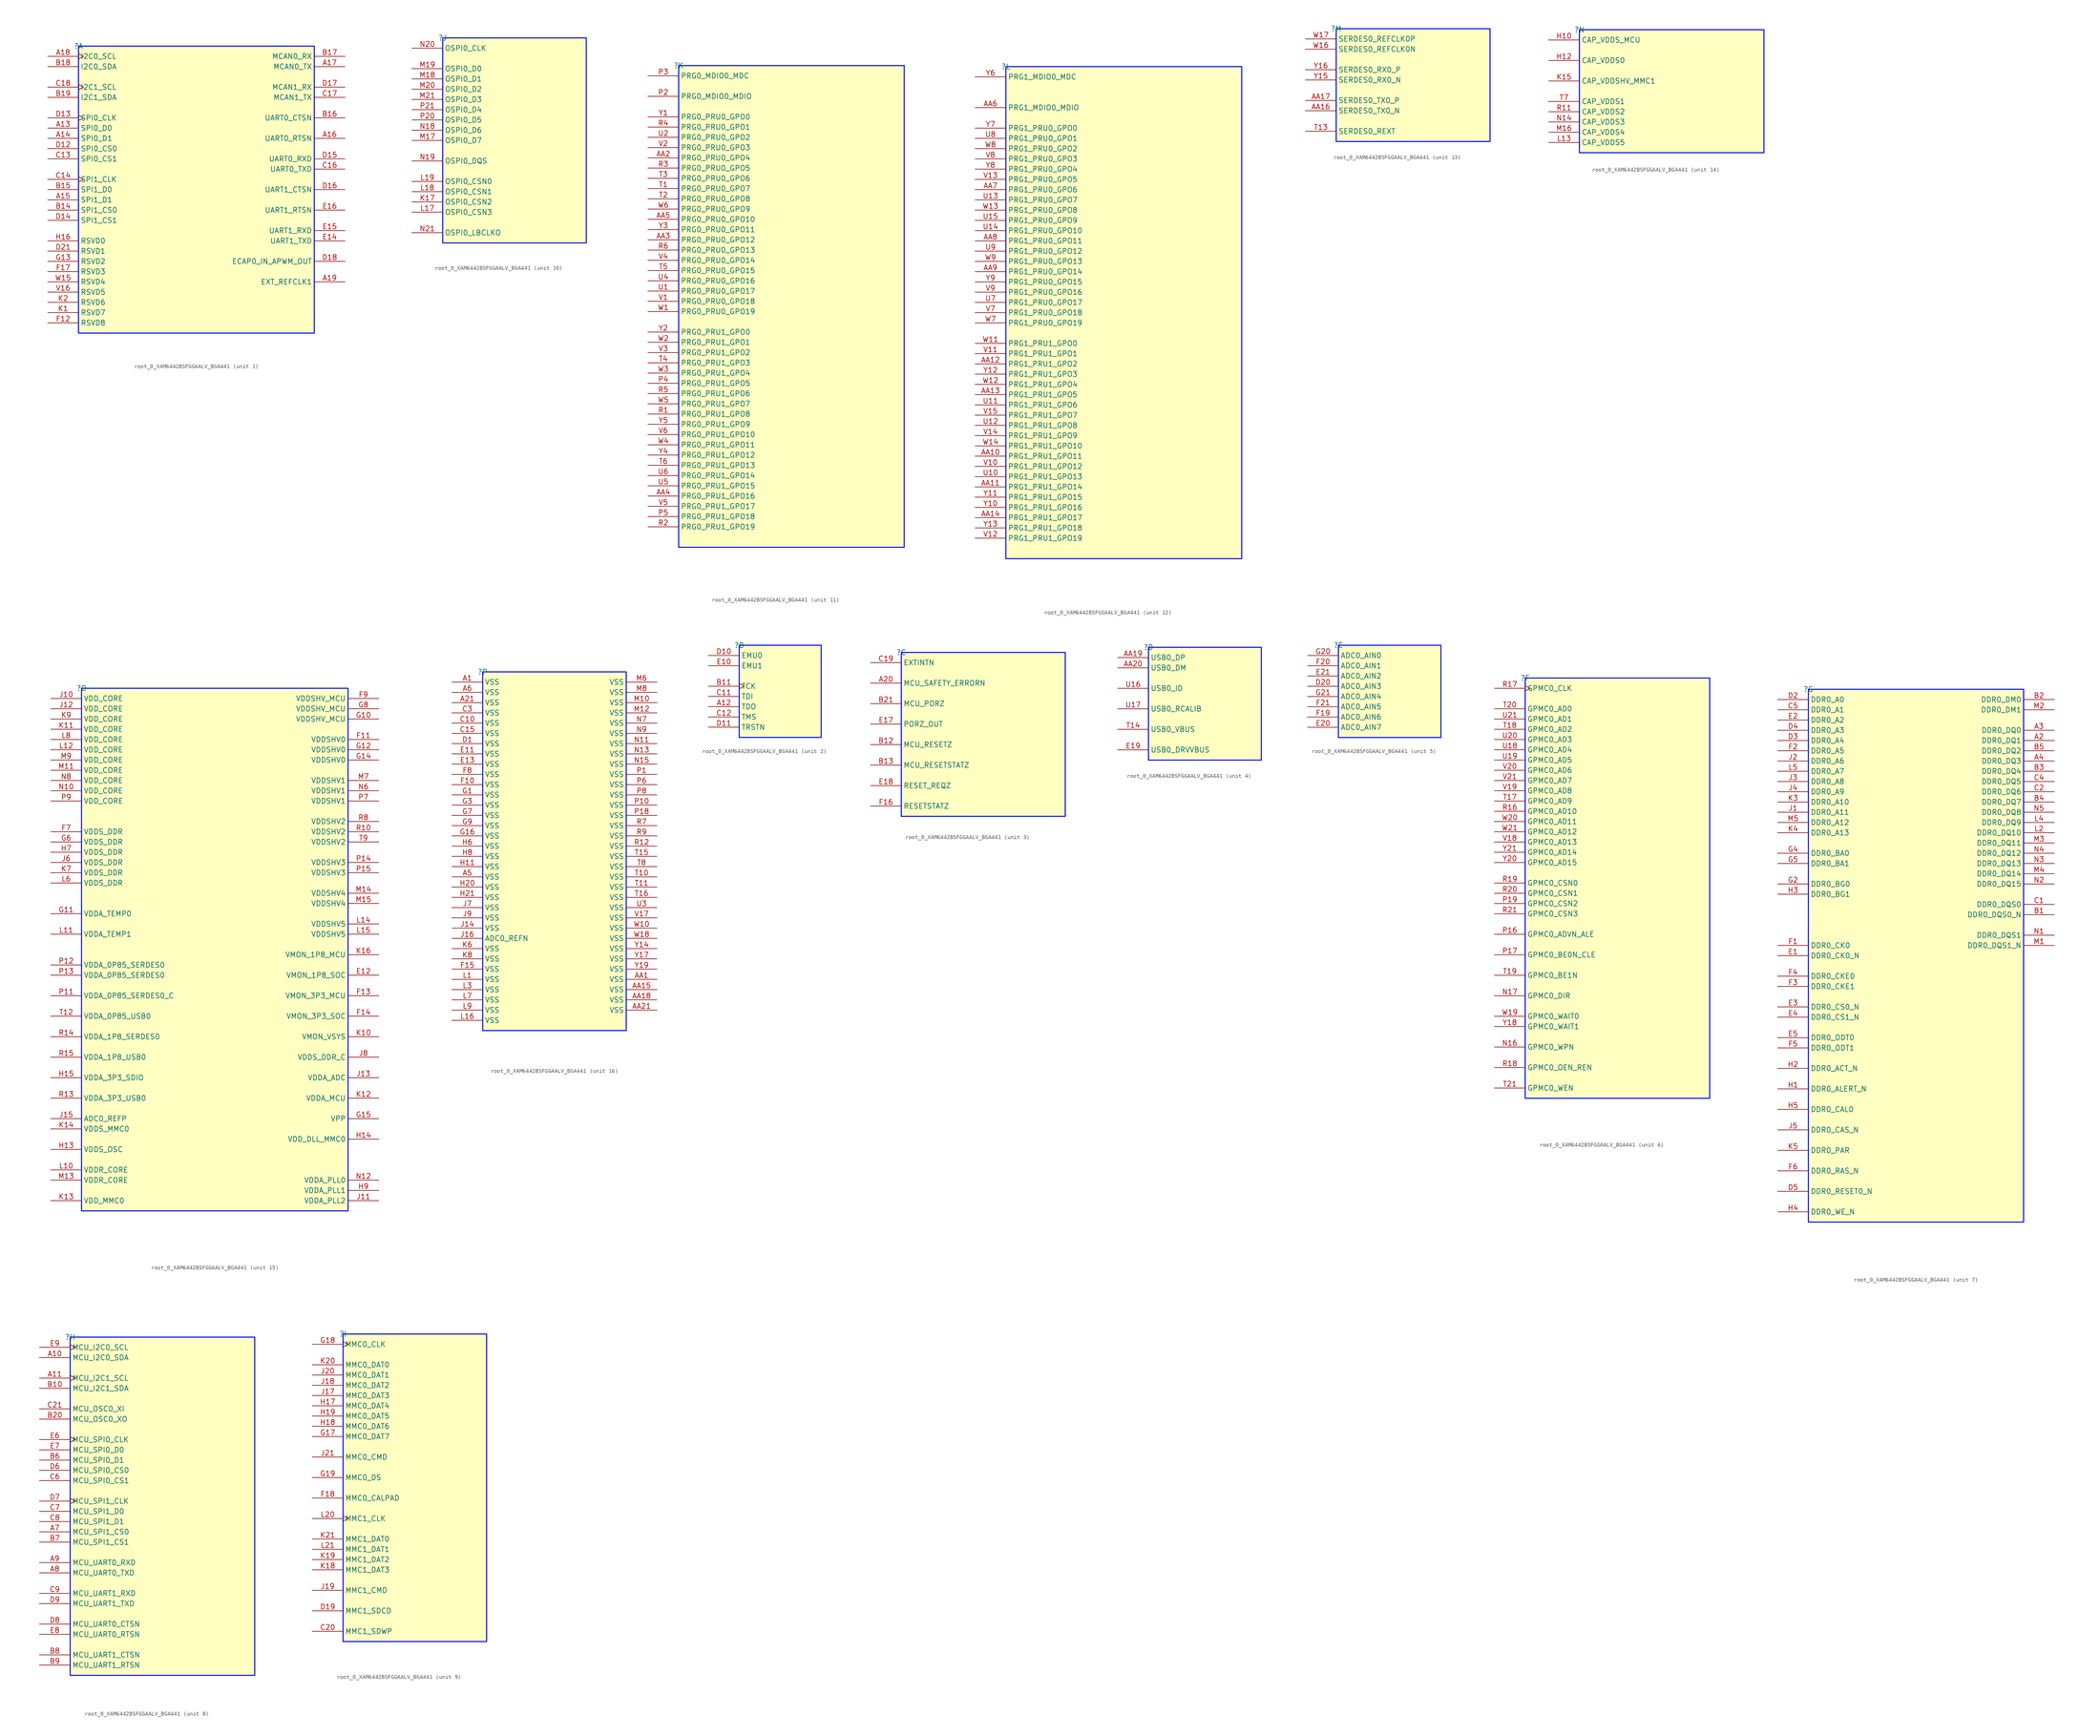
<source format=kicad_sym>
(kicad_symbol_lib
  (version 20231120)
  (generator "kicad_symbol_editor")
  (generator_version "8.0")
  (symbol "root_0_XAM6442BSFGGAALV_BGA441"
    (property "Reference" ""
      (at 0 0 0)
      (effects (font (size 1.27 1.27))))
    (property "Value" ""
      (at 0 0 0)
      (effects (font (size 1.27 1.27))))
    (symbol "root_0_XAM6442BSFGGAALV_BGA441_1_0"
      (rectangle (start 58.42 0) (end 0 -71.12) (stroke (width 0.254) (type solid) (color 0 11 255 1)) (fill (type background)))
      (pin passive line (at -7.62 -20.32 0) (length 7.62) (name "SPI0_D0" (effects (font (size 1.27 1.27)))) (number "A13" (effects (font (size 1.27 1.27)))))
      (pin passive line (at -7.62 -22.86 0) (length 7.62) (name "SPI0_D1" (effects (font (size 1.27 1.27)))) (number "A14" (effects (font (size 1.27 1.27)))))
      (pin passive line (at -7.62 -38.1 0) (length 7.62) (name "SPI1_D1" (effects (font (size 1.27 1.27)))) (number "A15" (effects (font (size 1.27 1.27)))))
      (pin passive line (at 66.04 -22.86 180) (length 7.62) (name "UART0_RTSN" (effects (font (size 1.27 1.27)))) (number "A16" (effects (font (size 1.27 1.27)))))
      (pin passive line (at 66.04 -5.08 180) (length 7.62) (name "MCAN0_TX" (effects (font (size 1.27 1.27)))) (number "A17" (effects (font (size 1.27 1.27)))))
      (pin passive clock (at -7.62 -2.54 0) (length 7.62) (name "I2C0_SCL" (effects (font (size 1.27 1.27)))) (number "A18" (effects (font (size 1.27 1.27)))))
      (pin passive line (at 66.04 -58.42 180) (length 7.62) (name "EXT_REFCLK1" (effects (font (size 1.27 1.27)))) (number "A19" (effects (font (size 1.27 1.27)))))
      (pin passive line (at -7.62 -40.64 0) (length 7.62) (name "SPI1_CS0" (effects (font (size 1.27 1.27)))) (number "B14" (effects (font (size 1.27 1.27)))))
      (pin passive line (at -7.62 -35.56 0) (length 7.62) (name "SPI1_D0" (effects (font (size 1.27 1.27)))) (number "B15" (effects (font (size 1.27 1.27)))))
      (pin passive line (at 66.04 -17.78 180) (length 7.62) (name "UART0_CTSN" (effects (font (size 1.27 1.27)))) (number "B16" (effects (font (size 1.27 1.27)))))
      (pin passive line (at 66.04 -2.54 180) (length 7.62) (name "MCAN0_RX" (effects (font (size 1.27 1.27)))) (number "B17" (effects (font (size 1.27 1.27)))))
      (pin passive line (at -7.62 -5.08 0) (length 7.62) (name "I2C0_SDA" (effects (font (size 1.27 1.27)))) (number "B18" (effects (font (size 1.27 1.27)))))
      (pin passive line (at -7.62 -12.7 0) (length 7.62) (name "I2C1_SDA" (effects (font (size 1.27 1.27)))) (number "B19" (effects (font (size 1.27 1.27)))))
      (pin passive line (at -7.62 -27.94 0) (length 7.62) (name "SPI0_CS1" (effects (font (size 1.27 1.27)))) (number "C13" (effects (font (size 1.27 1.27)))))
      (pin passive clock (at -7.62 -33.02 0) (length 7.62) (name "SPI1_CLK" (effects (font (size 1.27 1.27)))) (number "C14" (effects (font (size 1.27 1.27)))))
      (pin passive line (at 66.04 -30.48 180) (length 7.62) (name "UART0_TXD" (effects (font (size 1.27 1.27)))) (number "C16" (effects (font (size 1.27 1.27)))))
      (pin passive line (at 66.04 -12.7 180) (length 7.62) (name "MCAN1_TX" (effects (font (size 1.27 1.27)))) (number "C17" (effects (font (size 1.27 1.27)))))
      (pin passive clock (at -7.62 -10.16 0) (length 7.62) (name "I2C1_SCL" (effects (font (size 1.27 1.27)))) (number "C18" (effects (font (size 1.27 1.27)))))
      (pin passive line (at -7.62 -25.4 0) (length 7.62) (name "SPI0_CS0" (effects (font (size 1.27 1.27)))) (number "D12" (effects (font (size 1.27 1.27)))))
      (pin passive clock (at -7.62 -17.78 0) (length 7.62) (name "SPI0_CLK" (effects (font (size 1.27 1.27)))) (number "D13" (effects (font (size 1.27 1.27)))))
      (pin passive line (at -7.62 -43.18 0) (length 7.62) (name "SPI1_CS1" (effects (font (size 1.27 1.27)))) (number "D14" (effects (font (size 1.27 1.27)))))
      (pin passive line (at 66.04 -27.94 180) (length 7.62) (name "UART0_RXD" (effects (font (size 1.27 1.27)))) (number "D15" (effects (font (size 1.27 1.27)))))
      (pin passive line (at 66.04 -35.56 180) (length 7.62) (name "UART1_CTSN" (effects (font (size 1.27 1.27)))) (number "D16" (effects (font (size 1.27 1.27)))))
      (pin passive line (at 66.04 -10.16 180) (length 7.62) (name "MCAN1_RX" (effects (font (size 1.27 1.27)))) (number "D17" (effects (font (size 1.27 1.27)))))
      (pin passive line (at 66.04 -53.34 180) (length 7.62) (name "ECAP0_IN_APWM_OUT" (effects (font (size 1.27 1.27)))) (number "D18" (effects (font (size 1.27 1.27)))))
      (pin passive line (at -7.62 -50.8 0) (length 7.62) (name "RSVD1" (effects (font (size 1.27 1.27)))) (number "D21" (effects (font (size 1.27 1.27)))))
      (pin passive line (at 66.04 -48.26 180) (length 7.62) (name "UART1_TXD" (effects (font (size 1.27 1.27)))) (number "E14" (effects (font (size 1.27 1.27)))))
      (pin passive line (at 66.04 -45.72 180) (length 7.62) (name "UART1_RXD" (effects (font (size 1.27 1.27)))) (number "E15" (effects (font (size 1.27 1.27)))))
      (pin passive line (at 66.04 -40.64 180) (length 7.62) (name "UART1_RTSN" (effects (font (size 1.27 1.27)))) (number "E16" (effects (font (size 1.27 1.27)))))
      (pin passive line (at -7.62 -68.58 0) (length 7.62) (name "RSVD8" (effects (font (size 1.27 1.27)))) (number "F12" (effects (font (size 1.27 1.27)))))
      (pin passive line (at -7.62 -55.88 0) (length 7.62) (name "RSVD3" (effects (font (size 1.27 1.27)))) (number "F17" (effects (font (size 1.27 1.27)))))
      (pin passive line (at -7.62 -53.34 0) (length 7.62) (name "RSVD2" (effects (font (size 1.27 1.27)))) (number "G13" (effects (font (size 1.27 1.27)))))
      (pin passive line (at -7.62 -48.26 0) (length 7.62) (name "RSVD0" (effects (font (size 1.27 1.27)))) (number "H16" (effects (font (size 1.27 1.27)))))
      (pin passive line (at -7.62 -66.04 0) (length 7.62) (name "RSVD7" (effects (font (size 1.27 1.27)))) (number "K1" (effects (font (size 1.27 1.27)))))
      (pin passive line (at -7.62 -63.5 0) (length 7.62) (name "RSVD6" (effects (font (size 1.27 1.27)))) (number "K2" (effects (font (size 1.27 1.27)))))
      (pin passive line (at -7.62 -60.96 0) (length 7.62) (name "RSVD5" (effects (font (size 1.27 1.27)))) (number "V16" (effects (font (size 1.27 1.27)))))
      (pin passive line (at -7.62 -58.42 0) (length 7.62) (name "RSVD4" (effects (font (size 1.27 1.27)))) (number "W15" (effects (font (size 1.27 1.27))))))
    (symbol "root_0_XAM6442BSFGGAALV_BGA441_2_0"
      (rectangle (start 20.32 0) (end 0 -22.86) (stroke (width 0.254) (type solid) (color 0 11 255 1)) (fill (type background)))
      (pin output line (at -7.62 -15.24 0) (length 7.62) (name "TDO" (effects (font (size 1.27 1.27)))) (number "A12" (effects (font (size 1.27 1.27)))))
      (pin input clock (at -7.62 -10.16 0) (length 7.62) (name "TCK" (effects (font (size 1.27 1.27)))) (number "B11" (effects (font (size 1.27 1.27)))))
      (pin input line (at -7.62 -12.7 0) (length 7.62) (name "TDI" (effects (font (size 1.27 1.27)))) (number "C11" (effects (font (size 1.27 1.27)))))
      (pin passive line (at -7.62 -17.78 0) (length 7.62) (name "TMS" (effects (font (size 1.27 1.27)))) (number "C12" (effects (font (size 1.27 1.27)))))
      (pin passive line (at -7.62 -2.54 0) (length 7.62) (name "EMU0" (effects (font (size 1.27 1.27)))) (number "D10" (effects (font (size 1.27 1.27)))))
      (pin passive line (at -7.62 -20.32 0) (length 7.62) (name "TRSTN" (effects (font (size 1.27 1.27)))) (number "D11" (effects (font (size 1.27 1.27)))))
      (pin passive line (at -7.62 -5.08 0) (length 7.62) (name "EMU1" (effects (font (size 1.27 1.27)))) (number "E10" (effects (font (size 1.27 1.27))))))
    (symbol "root_0_XAM6442BSFGGAALV_BGA441_3_0"
      (rectangle (start 40.64 0) (end 0 -40.64) (stroke (width 0.254) (type solid) (color 0 11 255 1)) (fill (type background)))
      (pin passive line (at -7.62 -7.62 0) (length 7.62) (name "MCU_SAFETY_ERRORN" (effects (font (size 1.27 1.27)))) (number "A20" (effects (font (size 1.27 1.27)))))
      (pin passive line (at -7.62 -22.86 0) (length 7.62) (name "MCU_RESETZ" (effects (font (size 1.27 1.27)))) (number "B12" (effects (font (size 1.27 1.27)))))
      (pin passive line (at -7.62 -27.94 0) (length 7.62) (name "MCU_RESETSTATZ" (effects (font (size 1.27 1.27)))) (number "B13" (effects (font (size 1.27 1.27)))))
      (pin passive line (at -7.62 -12.7 0) (length 7.62) (name "MCU_PORZ" (effects (font (size 1.27 1.27)))) (number "B21" (effects (font (size 1.27 1.27)))))
      (pin passive line (at -7.62 -2.54 0) (length 7.62) (name "EXTINTN" (effects (font (size 1.27 1.27)))) (number "C19" (effects (font (size 1.27 1.27)))))
      (pin passive line (at -7.62 -17.78 0) (length 7.62) (name "PORZ_OUT" (effects (font (size 1.27 1.27)))) (number "E17" (effects (font (size 1.27 1.27)))))
      (pin passive line (at -7.62 -33.02 0) (length 7.62) (name "RESET_REQZ" (effects (font (size 1.27 1.27)))) (number "E18" (effects (font (size 1.27 1.27)))))
      (pin passive line (at -7.62 -38.1 0) (length 7.62) (name "RESETSTATZ" (effects (font (size 1.27 1.27)))) (number "F16" (effects (font (size 1.27 1.27))))))
    (symbol "root_0_XAM6442BSFGGAALV_BGA441_4_0"
      (rectangle (start 27.94 0) (end 0 -27.94) (stroke (width 0.254) (type solid) (color 0 11 255 1)) (fill (type background)))
      (pin passive line (at -7.62 -2.54 0) (length 7.62) (name "USB0_DP" (effects (font (size 1.27 1.27)))) (number "AA19" (effects (font (size 1.27 1.27)))))
      (pin passive line (at -7.62 -5.08 0) (length 7.62) (name "USB0_DM" (effects (font (size 1.27 1.27)))) (number "AA20" (effects (font (size 1.27 1.27)))))
      (pin passive line (at -7.62 -25.4 0) (length 7.62) (name "USB0_DRVVBUS" (effects (font (size 1.27 1.27)))) (number "E19" (effects (font (size 1.27 1.27)))))
      (pin passive line (at -7.62 -20.32 0) (length 7.62) (name "USB0_VBUS" (effects (font (size 1.27 1.27)))) (number "T14" (effects (font (size 1.27 1.27)))))
      (pin passive line (at -7.62 -10.16 0) (length 7.62) (name "USB0_ID" (effects (font (size 1.27 1.27)))) (number "U16" (effects (font (size 1.27 1.27)))))
      (pin passive line (at -7.62 -15.24 0) (length 7.62) (name "USB0_RCALIB" (effects (font (size 1.27 1.27)))) (number "U17" (effects (font (size 1.27 1.27))))))
    (symbol "root_0_XAM6442BSFGGAALV_BGA441_5_0"
      (rectangle (start 25.4 0) (end 0 -22.86) (stroke (width 0.254) (type solid) (color 0 11 255 1)) (fill (type background)))
      (pin passive line (at -7.62 -10.16 0) (length 7.62) (name "ADC0_AIN3" (effects (font (size 1.27 1.27)))) (number "D20" (effects (font (size 1.27 1.27)))))
      (pin passive line (at -7.62 -20.32 0) (length 7.62) (name "ADC0_AIN7" (effects (font (size 1.27 1.27)))) (number "E20" (effects (font (size 1.27 1.27)))))
      (pin passive line (at -7.62 -7.62 0) (length 7.62) (name "ADC0_AIN2" (effects (font (size 1.27 1.27)))) (number "E21" (effects (font (size 1.27 1.27)))))
      (pin passive line (at -7.62 -17.78 0) (length 7.62) (name "ADC0_AIN6" (effects (font (size 1.27 1.27)))) (number "F19" (effects (font (size 1.27 1.27)))))
      (pin passive line (at -7.62 -5.08 0) (length 7.62) (name "ADC0_AIN1" (effects (font (size 1.27 1.27)))) (number "F20" (effects (font (size 1.27 1.27)))))
      (pin passive line (at -7.62 -15.24 0) (length 7.62) (name "ADC0_AIN5" (effects (font (size 1.27 1.27)))) (number "F21" (effects (font (size 1.27 1.27)))))
      (pin passive line (at -7.62 -2.54 0) (length 7.62) (name "ADC0_AIN0" (effects (font (size 1.27 1.27)))) (number "G20" (effects (font (size 1.27 1.27)))))
      (pin passive line (at -7.62 -12.7 0) (length 7.62) (name "ADC0_AIN4" (effects (font (size 1.27 1.27)))) (number "G21" (effects (font (size 1.27 1.27))))))
    (symbol "root_0_XAM6442BSFGGAALV_BGA441_6_0"
      (rectangle (start 45.72 0) (end 0 -104.14) (stroke (width 0.254) (type solid) (color 0 11 255 1)) (fill (type background)))
      (pin passive line (at -7.62 -91.44 0) (length 7.62) (name "GPMC0_WPN" (effects (font (size 1.27 1.27)))) (number "N16" (effects (font (size 1.27 1.27)))))
      (pin passive line (at -7.62 -78.74 0) (length 7.62) (name "GPMC0_DIR" (effects (font (size 1.27 1.27)))) (number "N17" (effects (font (size 1.27 1.27)))))
      (pin passive line (at -7.62 -63.5 0) (length 7.62) (name "GPMC0_ADVN_ALE" (effects (font (size 1.27 1.27)))) (number "P16" (effects (font (size 1.27 1.27)))))
      (pin passive line (at -7.62 -68.58 0) (length 7.62) (name "GPMC0_BE0N_CLE" (effects (font (size 1.27 1.27)))) (number "P17" (effects (font (size 1.27 1.27)))))
      (pin passive line (at -7.62 -55.88 0) (length 7.62) (name "GPMC0_CSN2" (effects (font (size 1.27 1.27)))) (number "P19" (effects (font (size 1.27 1.27)))))
      (pin passive line (at -7.62 -33.02 0) (length 7.62) (name "GPMC0_AD10" (effects (font (size 1.27 1.27)))) (number "R16" (effects (font (size 1.27 1.27)))))
      (pin passive clock (at -7.62 -2.54 0) (length 7.62) (name "GPMC0_CLK" (effects (font (size 1.27 1.27)))) (number "R17" (effects (font (size 1.27 1.27)))))
      (pin passive line (at -7.62 -96.52 0) (length 7.62) (name "GPMC0_OEN_REN" (effects (font (size 1.27 1.27)))) (number "R18" (effects (font (size 1.27 1.27)))))
      (pin passive line (at -7.62 -50.8 0) (length 7.62) (name "GPMC0_CSN0" (effects (font (size 1.27 1.27)))) (number "R19" (effects (font (size 1.27 1.27)))))
      (pin passive line (at -7.62 -53.34 0) (length 7.62) (name "GPMC0_CSN1" (effects (font (size 1.27 1.27)))) (number "R20" (effects (font (size 1.27 1.27)))))
      (pin passive line (at -7.62 -58.42 0) (length 7.62) (name "GPMC0_CSN3" (effects (font (size 1.27 1.27)))) (number "R21" (effects (font (size 1.27 1.27)))))
      (pin passive line (at -7.62 -30.48 0) (length 7.62) (name "GPMC0_AD9" (effects (font (size 1.27 1.27)))) (number "T17" (effects (font (size 1.27 1.27)))))
      (pin passive line (at -7.62 -12.7 0) (length 7.62) (name "GPMC0_AD2" (effects (font (size 1.27 1.27)))) (number "T18" (effects (font (size 1.27 1.27)))))
      (pin passive line (at -7.62 -73.66 0) (length 7.62) (name "GPMC0_BE1N" (effects (font (size 1.27 1.27)))) (number "T19" (effects (font (size 1.27 1.27)))))
      (pin passive line (at -7.62 -7.62 0) (length 7.62) (name "GPMC0_AD0" (effects (font (size 1.27 1.27)))) (number "T20" (effects (font (size 1.27 1.27)))))
      (pin passive line (at -7.62 -101.6 0) (length 7.62) (name "GPMC0_WEN" (effects (font (size 1.27 1.27)))) (number "T21" (effects (font (size 1.27 1.27)))))
      (pin passive line (at -7.62 -17.78 0) (length 7.62) (name "GPMC0_AD4" (effects (font (size 1.27 1.27)))) (number "U18" (effects (font (size 1.27 1.27)))))
      (pin passive line (at -7.62 -20.32 0) (length 7.62) (name "GPMC0_AD5" (effects (font (size 1.27 1.27)))) (number "U19" (effects (font (size 1.27 1.27)))))
      (pin passive line (at -7.62 -15.24 0) (length 7.62) (name "GPMC0_AD3" (effects (font (size 1.27 1.27)))) (number "U20" (effects (font (size 1.27 1.27)))))
      (pin passive line (at -7.62 -10.16 0) (length 7.62) (name "GPMC0_AD1" (effects (font (size 1.27 1.27)))) (number "U21" (effects (font (size 1.27 1.27)))))
      (pin passive line (at -7.62 -40.64 0) (length 7.62) (name "GPMC0_AD13" (effects (font (size 1.27 1.27)))) (number "V18" (effects (font (size 1.27 1.27)))))
      (pin passive line (at -7.62 -27.94 0) (length 7.62) (name "GPMC0_AD8" (effects (font (size 1.27 1.27)))) (number "V19" (effects (font (size 1.27 1.27)))))
      (pin passive line (at -7.62 -22.86 0) (length 7.62) (name "GPMC0_AD6" (effects (font (size 1.27 1.27)))) (number "V20" (effects (font (size 1.27 1.27)))))
      (pin passive line (at -7.62 -25.4 0) (length 7.62) (name "GPMC0_AD7" (effects (font (size 1.27 1.27)))) (number "V21" (effects (font (size 1.27 1.27)))))
      (pin passive line (at -7.62 -83.82 0) (length 7.62) (name "GPMC0_WAIT0" (effects (font (size 1.27 1.27)))) (number "W19" (effects (font (size 1.27 1.27)))))
      (pin passive line (at -7.62 -35.56 0) (length 7.62) (name "GPMC0_AD11" (effects (font (size 1.27 1.27)))) (number "W20" (effects (font (size 1.27 1.27)))))
      (pin passive line (at -7.62 -38.1 0) (length 7.62) (name "GPMC0_AD12" (effects (font (size 1.27 1.27)))) (number "W21" (effects (font (size 1.27 1.27)))))
      (pin passive line (at -7.62 -86.36 0) (length 7.62) (name "GPMC0_WAIT1" (effects (font (size 1.27 1.27)))) (number "Y18" (effects (font (size 1.27 1.27)))))
      (pin passive line (at -7.62 -45.72 0) (length 7.62) (name "GPMC0_AD15" (effects (font (size 1.27 1.27)))) (number "Y20" (effects (font (size 1.27 1.27)))))
      (pin passive line (at -7.62 -43.18 0) (length 7.62) (name "GPMC0_AD14" (effects (font (size 1.27 1.27)))) (number "Y21" (effects (font (size 1.27 1.27))))))
    (symbol "root_0_XAM6442BSFGGAALV_BGA441_7_0"
      (rectangle (start 53.34 0) (end 0 -132.08) (stroke (width 0.254) (type solid) (color 0 11 255 1)) (fill (type background)))
      (pin passive line (at 60.96 -12.7 180) (length 7.62) (name "DDR0_DQ1" (effects (font (size 1.27 1.27)))) (number "A2" (effects (font (size 1.27 1.27)))))
      (pin passive line (at 60.96 -10.16 180) (length 7.62) (name "DDR0_DQ0" (effects (font (size 1.27 1.27)))) (number "A3" (effects (font (size 1.27 1.27)))))
      (pin passive line (at 60.96 -17.78 180) (length 7.62) (name "DDR0_DQ3" (effects (font (size 1.27 1.27)))) (number "A4" (effects (font (size 1.27 1.27)))))
      (pin passive line (at 60.96 -55.88 180) (length 7.62) (name "DDR0_DQS0_N" (effects (font (size 1.27 1.27)))) (number "B1" (effects (font (size 1.27 1.27)))))
      (pin passive line (at 60.96 -2.54 180) (length 7.62) (name "DDR0_DM0" (effects (font (size 1.27 1.27)))) (number "B2" (effects (font (size 1.27 1.27)))))
      (pin passive line (at 60.96 -20.32 180) (length 7.62) (name "DDR0_DQ4" (effects (font (size 1.27 1.27)))) (number "B3" (effects (font (size 1.27 1.27)))))
      (pin passive line (at 60.96 -27.94 180) (length 7.62) (name "DDR0_DQ7" (effects (font (size 1.27 1.27)))) (number "B4" (effects (font (size 1.27 1.27)))))
      (pin passive line (at 60.96 -15.24 180) (length 7.62) (name "DDR0_DQ2" (effects (font (size 1.27 1.27)))) (number "B5" (effects (font (size 1.27 1.27)))))
      (pin passive line (at 60.96 -53.34 180) (length 7.62) (name "DDR0_DQS0" (effects (font (size 1.27 1.27)))) (number "C1" (effects (font (size 1.27 1.27)))))
      (pin passive line (at 60.96 -25.4 180) (length 7.62) (name "DDR0_DQ6" (effects (font (size 1.27 1.27)))) (number "C2" (effects (font (size 1.27 1.27)))))
      (pin passive line (at 60.96 -22.86 180) (length 7.62) (name "DDR0_DQ5" (effects (font (size 1.27 1.27)))) (number "C4" (effects (font (size 1.27 1.27)))))
      (pin passive line (at -7.62 -5.08 0) (length 7.62) (name "DDR0_A1" (effects (font (size 1.27 1.27)))) (number "C5" (effects (font (size 1.27 1.27)))))
      (pin passive line (at -7.62 -2.54 0) (length 7.62) (name "DDR0_A0" (effects (font (size 1.27 1.27)))) (number "D2" (effects (font (size 1.27 1.27)))))
      (pin passive line (at -7.62 -12.7 0) (length 7.62) (name "DDR0_A4" (effects (font (size 1.27 1.27)))) (number "D3" (effects (font (size 1.27 1.27)))))
      (pin passive line (at -7.62 -10.16 0) (length 7.62) (name "DDR0_A3" (effects (font (size 1.27 1.27)))) (number "D4" (effects (font (size 1.27 1.27)))))
      (pin passive line (at -7.62 -124.46 0) (length 7.62) (name "DDR0_RESET0_N" (effects (font (size 1.27 1.27)))) (number "D5" (effects (font (size 1.27 1.27)))))
      (pin passive line (at -7.62 -66.04 0) (length 7.62) (name "DDR0_CK0_N" (effects (font (size 1.27 1.27)))) (number "E1" (effects (font (size 1.27 1.27)))))
      (pin passive line (at -7.62 -7.62 0) (length 7.62) (name "DDR0_A2" (effects (font (size 1.27 1.27)))) (number "E2" (effects (font (size 1.27 1.27)))))
      (pin passive line (at -7.62 -78.74 0) (length 7.62) (name "DDR0_CS0_N" (effects (font (size 1.27 1.27)))) (number "E3" (effects (font (size 1.27 1.27)))))
      (pin passive line (at -7.62 -81.28 0) (length 7.62) (name "DDR0_CS1_N" (effects (font (size 1.27 1.27)))) (number "E4" (effects (font (size 1.27 1.27)))))
      (pin passive line (at -7.62 -86.36 0) (length 7.62) (name "DDR0_ODT0" (effects (font (size 1.27 1.27)))) (number "E5" (effects (font (size 1.27 1.27)))))
      (pin passive line (at -7.62 -63.5 0) (length 7.62) (name "DDR0_CK0" (effects (font (size 1.27 1.27)))) (number "F1" (effects (font (size 1.27 1.27)))))
      (pin passive line (at -7.62 -15.24 0) (length 7.62) (name "DDR0_A5" (effects (font (size 1.27 1.27)))) (number "F2" (effects (font (size 1.27 1.27)))))
      (pin passive line (at -7.62 -73.66 0) (length 7.62) (name "DDR0_CKE1" (effects (font (size 1.27 1.27)))) (number "F3" (effects (font (size 1.27 1.27)))))
      (pin passive line (at -7.62 -71.12 0) (length 7.62) (name "DDR0_CKE0" (effects (font (size 1.27 1.27)))) (number "F4" (effects (font (size 1.27 1.27)))))
      (pin passive line (at -7.62 -88.9 0) (length 7.62) (name "DDR0_ODT1" (effects (font (size 1.27 1.27)))) (number "F5" (effects (font (size 1.27 1.27)))))
      (pin passive line (at -7.62 -119.38 0) (length 7.62) (name "DDR0_RAS_N" (effects (font (size 1.27 1.27)))) (number "F6" (effects (font (size 1.27 1.27)))))
      (pin passive line (at -7.62 -48.26 0) (length 7.62) (name "DDR0_BG0" (effects (font (size 1.27 1.27)))) (number "G2" (effects (font (size 1.27 1.27)))))
      (pin passive line (at -7.62 -40.64 0) (length 7.62) (name "DDR0_BA0" (effects (font (size 1.27 1.27)))) (number "G4" (effects (font (size 1.27 1.27)))))
      (pin passive line (at -7.62 -43.18 0) (length 7.62) (name "DDR0_BA1" (effects (font (size 1.27 1.27)))) (number "G5" (effects (font (size 1.27 1.27)))))
      (pin passive line (at -7.62 -99.06 0) (length 7.62) (name "DDR0_ALERT_N" (effects (font (size 1.27 1.27)))) (number "H1" (effects (font (size 1.27 1.27)))))
      (pin passive line (at -7.62 -93.98 0) (length 7.62) (name "DDR0_ACT_N" (effects (font (size 1.27 1.27)))) (number "H2" (effects (font (size 1.27 1.27)))))
      (pin passive line (at -7.62 -50.8 0) (length 7.62) (name "DDR0_BG1" (effects (font (size 1.27 1.27)))) (number "H3" (effects (font (size 1.27 1.27)))))
      (pin passive line (at -7.62 -129.54 0) (length 7.62) (name "DDR0_WE_N" (effects (font (size 1.27 1.27)))) (number "H4" (effects (font (size 1.27 1.27)))))
      (pin passive line (at -7.62 -104.14 0) (length 7.62) (name "DDR0_CAL0" (effects (font (size 1.27 1.27)))) (number "H5" (effects (font (size 1.27 1.27)))))
      (pin passive line (at -7.62 -30.48 0) (length 7.62) (name "DDR0_A11" (effects (font (size 1.27 1.27)))) (number "J1" (effects (font (size 1.27 1.27)))))
      (pin passive line (at -7.62 -17.78 0) (length 7.62) (name "DDR0_A6" (effects (font (size 1.27 1.27)))) (number "J2" (effects (font (size 1.27 1.27)))))
      (pin passive line (at -7.62 -22.86 0) (length 7.62) (name "DDR0_A8" (effects (font (size 1.27 1.27)))) (number "J3" (effects (font (size 1.27 1.27)))))
      (pin passive line (at -7.62 -25.4 0) (length 7.62) (name "DDR0_A9" (effects (font (size 1.27 1.27)))) (number "J4" (effects (font (size 1.27 1.27)))))
      (pin passive line (at -7.62 -109.22 0) (length 7.62) (name "DDR0_CAS_N" (effects (font (size 1.27 1.27)))) (number "J5" (effects (font (size 1.27 1.27)))))
      (pin passive line (at -7.62 -27.94 0) (length 7.62) (name "DDR0_A10" (effects (font (size 1.27 1.27)))) (number "K3" (effects (font (size 1.27 1.27)))))
      (pin passive line (at -7.62 -35.56 0) (length 7.62) (name "DDR0_A13" (effects (font (size 1.27 1.27)))) (number "K4" (effects (font (size 1.27 1.27)))))
      (pin passive line (at -7.62 -114.3 0) (length 7.62) (name "DDR0_PAR" (effects (font (size 1.27 1.27)))) (number "K5" (effects (font (size 1.27 1.27)))))
      (pin passive line (at 60.96 -35.56 180) (length 7.62) (name "DDR0_DQ10" (effects (font (size 1.27 1.27)))) (number "L2" (effects (font (size 1.27 1.27)))))
      (pin passive line (at 60.96 -33.02 180) (length 7.62) (name "DDR0_DQ9" (effects (font (size 1.27 1.27)))) (number "L4" (effects (font (size 1.27 1.27)))))
      (pin passive line (at -7.62 -20.32 0) (length 7.62) (name "DDR0_A7" (effects (font (size 1.27 1.27)))) (number "L5" (effects (font (size 1.27 1.27)))))
      (pin passive line (at 60.96 -63.5 180) (length 7.62) (name "DDR0_DQS1_N" (effects (font (size 1.27 1.27)))) (number "M1" (effects (font (size 1.27 1.27)))))
      (pin passive line (at 60.96 -5.08 180) (length 7.62) (name "DDR0_DM1" (effects (font (size 1.27 1.27)))) (number "M2" (effects (font (size 1.27 1.27)))))
      (pin passive line (at 60.96 -38.1 180) (length 7.62) (name "DDR0_DQ11" (effects (font (size 1.27 1.27)))) (number "M3" (effects (font (size 1.27 1.27)))))
      (pin passive line (at 60.96 -45.72 180) (length 7.62) (name "DDR0_DQ14" (effects (font (size 1.27 1.27)))) (number "M4" (effects (font (size 1.27 1.27)))))
      (pin passive line (at -7.62 -33.02 0) (length 7.62) (name "DDR0_A12" (effects (font (size 1.27 1.27)))) (number "M5" (effects (font (size 1.27 1.27)))))
      (pin passive line (at 60.96 -60.96 180) (length 7.62) (name "DDR0_DQS1" (effects (font (size 1.27 1.27)))) (number "N1" (effects (font (size 1.27 1.27)))))
      (pin passive line (at 60.96 -48.26 180) (length 7.62) (name "DDR0_DQ15" (effects (font (size 1.27 1.27)))) (number "N2" (effects (font (size 1.27 1.27)))))
      (pin passive line (at 60.96 -43.18 180) (length 7.62) (name "DDR0_DQ13" (effects (font (size 1.27 1.27)))) (number "N3" (effects (font (size 1.27 1.27)))))
      (pin passive line (at 60.96 -40.64 180) (length 7.62) (name "DDR0_DQ12" (effects (font (size 1.27 1.27)))) (number "N4" (effects (font (size 1.27 1.27)))))
      (pin passive line (at 60.96 -30.48 180) (length 7.62) (name "DDR0_DQ8" (effects (font (size 1.27 1.27)))) (number "N5" (effects (font (size 1.27 1.27))))))
    (symbol "root_0_XAM6442BSFGGAALV_BGA441_8_0"
      (rectangle (start 45.72 0) (end 0 -83.82) (stroke (width 0.254) (type solid) (color 0 11 255 1)) (fill (type background)))
      (pin passive line (at -7.62 -5.08 0) (length 7.62) (name "MCU_I2C0_SDA" (effects (font (size 1.27 1.27)))) (number "A10" (effects (font (size 1.27 1.27)))))
      (pin passive clock (at -7.62 -10.16 0) (length 7.62) (name "MCU_I2C1_SCL" (effects (font (size 1.27 1.27)))) (number "A11" (effects (font (size 1.27 1.27)))))
      (pin passive line (at -7.62 -48.26 0) (length 7.62) (name "MCU_SPI1_CS0" (effects (font (size 1.27 1.27)))) (number "A7" (effects (font (size 1.27 1.27)))))
      (pin passive line (at -7.62 -58.42 0) (length 7.62) (name "MCU_UART0_TXD" (effects (font (size 1.27 1.27)))) (number "A8" (effects (font (size 1.27 1.27)))))
      (pin passive line (at -7.62 -55.88 0) (length 7.62) (name "MCU_UART0_RXD" (effects (font (size 1.27 1.27)))) (number "A9" (effects (font (size 1.27 1.27)))))
      (pin passive line (at -7.62 -12.7 0) (length 7.62) (name "MCU_I2C1_SDA" (effects (font (size 1.27 1.27)))) (number "B10" (effects (font (size 1.27 1.27)))))
      (pin passive line (at -7.62 -20.32 0) (length 7.62) (name "MCU_OSC0_XO" (effects (font (size 1.27 1.27)))) (number "B20" (effects (font (size 1.27 1.27)))))
      (pin passive line (at -7.62 -30.48 0) (length 7.62) (name "MCU_SPI0_D1" (effects (font (size 1.27 1.27)))) (number "B6" (effects (font (size 1.27 1.27)))))
      (pin passive line (at -7.62 -50.8 0) (length 7.62) (name "MCU_SPI1_CS1" (effects (font (size 1.27 1.27)))) (number "B7" (effects (font (size 1.27 1.27)))))
      (pin passive line (at -7.62 -78.74 0) (length 7.62) (name "MCU_UART1_CTSN" (effects (font (size 1.27 1.27)))) (number "B8" (effects (font (size 1.27 1.27)))))
      (pin passive line (at -7.62 -81.28 0) (length 7.62) (name "MCU_UART1_RTSN" (effects (font (size 1.27 1.27)))) (number "B9" (effects (font (size 1.27 1.27)))))
      (pin passive line (at -7.62 -17.78 0) (length 7.62) (name "MCU_OSC0_XI" (effects (font (size 1.27 1.27)))) (number "C21" (effects (font (size 1.27 1.27)))))
      (pin passive line (at -7.62 -35.56 0) (length 7.62) (name "MCU_SPI0_CS1" (effects (font (size 1.27 1.27)))) (number "C6" (effects (font (size 1.27 1.27)))))
      (pin passive line (at -7.62 -43.18 0) (length 7.62) (name "MCU_SPI1_D0" (effects (font (size 1.27 1.27)))) (number "C7" (effects (font (size 1.27 1.27)))))
      (pin passive line (at -7.62 -45.72 0) (length 7.62) (name "MCU_SPI1_D1" (effects (font (size 1.27 1.27)))) (number "C8" (effects (font (size 1.27 1.27)))))
      (pin passive line (at -7.62 -63.5 0) (length 7.62) (name "MCU_UART1_RXD" (effects (font (size 1.27 1.27)))) (number "C9" (effects (font (size 1.27 1.27)))))
      (pin passive line (at -7.62 -33.02 0) (length 7.62) (name "MCU_SPI0_CS0" (effects (font (size 1.27 1.27)))) (number "D6" (effects (font (size 1.27 1.27)))))
      (pin passive clock (at -7.62 -40.64 0) (length 7.62) (name "MCU_SPI1_CLK" (effects (font (size 1.27 1.27)))) (number "D7" (effects (font (size 1.27 1.27)))))
      (pin passive line (at -7.62 -71.12 0) (length 7.62) (name "MCU_UART0_CTSN" (effects (font (size 1.27 1.27)))) (number "D8" (effects (font (size 1.27 1.27)))))
      (pin passive line (at -7.62 -66.04 0) (length 7.62) (name "MCU_UART1_TXD" (effects (font (size 1.27 1.27)))) (number "D9" (effects (font (size 1.27 1.27)))))
      (pin passive clock (at -7.62 -25.4 0) (length 7.62) (name "MCU_SPI0_CLK" (effects (font (size 1.27 1.27)))) (number "E6" (effects (font (size 1.27 1.27)))))
      (pin passive line (at -7.62 -27.94 0) (length 7.62) (name "MCU_SPI0_D0" (effects (font (size 1.27 1.27)))) (number "E7" (effects (font (size 1.27 1.27)))))
      (pin passive line (at -7.62 -73.66 0) (length 7.62) (name "MCU_UART0_RTSN" (effects (font (size 1.27 1.27)))) (number "E8" (effects (font (size 1.27 1.27)))))
      (pin passive clock (at -7.62 -2.54 0) (length 7.62) (name "MCU_I2C0_SCL" (effects (font (size 1.27 1.27)))) (number "E9" (effects (font (size 1.27 1.27))))))
    (symbol "root_0_XAM6442BSFGGAALV_BGA441_9_0"
      (rectangle (start 35.56 0) (end 0 -76.2) (stroke (width 0.254) (type solid) (color 0 11 255 1)) (fill (type background)))
      (pin passive line (at -7.62 -73.66 0) (length 7.62) (name "MMC1_SDWP" (effects (font (size 1.27 1.27)))) (number "C20" (effects (font (size 1.27 1.27)))))
      (pin passive line (at -7.62 -68.58 0) (length 7.62) (name "MMC1_SDCD" (effects (font (size 1.27 1.27)))) (number "D19" (effects (font (size 1.27 1.27)))))
      (pin passive line (at -7.62 -40.64 0) (length 7.62) (name "MMC0_CALPAD" (effects (font (size 1.27 1.27)))) (number "F18" (effects (font (size 1.27 1.27)))))
      (pin passive line (at -7.62 -25.4 0) (length 7.62) (name "MMC0_DAT7" (effects (font (size 1.27 1.27)))) (number "G17" (effects (font (size 1.27 1.27)))))
      (pin passive clock (at -7.62 -2.54 0) (length 7.62) (name "MMC0_CLK" (effects (font (size 1.27 1.27)))) (number "G18" (effects (font (size 1.27 1.27)))))
      (pin passive line (at -7.62 -35.56 0) (length 7.62) (name "MMC0_DS" (effects (font (size 1.27 1.27)))) (number "G19" (effects (font (size 1.27 1.27)))))
      (pin passive line (at -7.62 -17.78 0) (length 7.62) (name "MMC0_DAT4" (effects (font (size 1.27 1.27)))) (number "H17" (effects (font (size 1.27 1.27)))))
      (pin passive line (at -7.62 -22.86 0) (length 7.62) (name "MMC0_DAT6" (effects (font (size 1.27 1.27)))) (number "H18" (effects (font (size 1.27 1.27)))))
      (pin passive line (at -7.62 -20.32 0) (length 7.62) (name "MMC0_DAT5" (effects (font (size 1.27 1.27)))) (number "H19" (effects (font (size 1.27 1.27)))))
      (pin passive line (at -7.62 -15.24 0) (length 7.62) (name "MMC0_DAT3" (effects (font (size 1.27 1.27)))) (number "J17" (effects (font (size 1.27 1.27)))))
      (pin passive line (at -7.62 -12.7 0) (length 7.62) (name "MMC0_DAT2" (effects (font (size 1.27 1.27)))) (number "J18" (effects (font (size 1.27 1.27)))))
      (pin passive line (at -7.62 -63.5 0) (length 7.62) (name "MMC1_CMD" (effects (font (size 1.27 1.27)))) (number "J19" (effects (font (size 1.27 1.27)))))
      (pin passive line (at -7.62 -10.16 0) (length 7.62) (name "MMC0_DAT1" (effects (font (size 1.27 1.27)))) (number "J20" (effects (font (size 1.27 1.27)))))
      (pin passive line (at -7.62 -30.48 0) (length 7.62) (name "MMC0_CMD" (effects (font (size 1.27 1.27)))) (number "J21" (effects (font (size 1.27 1.27)))))
      (pin passive line (at -7.62 -58.42 0) (length 7.62) (name "MMC1_DAT3" (effects (font (size 1.27 1.27)))) (number "K18" (effects (font (size 1.27 1.27)))))
      (pin passive line (at -7.62 -55.88 0) (length 7.62) (name "MMC1_DAT2" (effects (font (size 1.27 1.27)))) (number "K19" (effects (font (size 1.27 1.27)))))
      (pin passive line (at -7.62 -7.62 0) (length 7.62) (name "MMC0_DAT0" (effects (font (size 1.27 1.27)))) (number "K20" (effects (font (size 1.27 1.27)))))
      (pin passive line (at -7.62 -50.8 0) (length 7.62) (name "MMC1_DAT0" (effects (font (size 1.27 1.27)))) (number "K21" (effects (font (size 1.27 1.27)))))
      (pin passive clock (at -7.62 -45.72 0) (length 7.62) (name "MMC1_CLK" (effects (font (size 1.27 1.27)))) (number "L20" (effects (font (size 1.27 1.27)))))
      (pin passive line (at -7.62 -53.34 0) (length 7.62) (name "MMC1_DAT1" (effects (font (size 1.27 1.27)))) (number "L21" (effects (font (size 1.27 1.27))))))
    (symbol "root_0_XAM6442BSFGGAALV_BGA441_10_0"
      (rectangle (start 35.56 0) (end 0 -50.8) (stroke (width 0.254) (type solid) (color 0 11 255 1)) (fill (type background)))
      (pin passive line (at -7.62 -40.64 0) (length 7.62) (name "OSPI0_CSN2" (effects (font (size 1.27 1.27)))) (number "K17" (effects (font (size 1.27 1.27)))))
      (pin passive line (at -7.62 -43.18 0) (length 7.62) (name "OSPI0_CSN3" (effects (font (size 1.27 1.27)))) (number "L17" (effects (font (size 1.27 1.27)))))
      (pin passive line (at -7.62 -38.1 0) (length 7.62) (name "OSPI0_CSN1" (effects (font (size 1.27 1.27)))) (number "L18" (effects (font (size 1.27 1.27)))))
      (pin passive line (at -7.62 -35.56 0) (length 7.62) (name "OSPI0_CSN0" (effects (font (size 1.27 1.27)))) (number "L19" (effects (font (size 1.27 1.27)))))
      (pin passive line (at -7.62 -25.4 0) (length 7.62) (name "OSPI0_D7" (effects (font (size 1.27 1.27)))) (number "M17" (effects (font (size 1.27 1.27)))))
      (pin passive line (at -7.62 -10.16 0) (length 7.62) (name "OSPI0_D1" (effects (font (size 1.27 1.27)))) (number "M18" (effects (font (size 1.27 1.27)))))
      (pin passive line (at -7.62 -7.62 0) (length 7.62) (name "OSPI0_D0" (effects (font (size 1.27 1.27)))) (number "M19" (effects (font (size 1.27 1.27)))))
      (pin passive line (at -7.62 -12.7 0) (length 7.62) (name "OSPI0_D2" (effects (font (size 1.27 1.27)))) (number "M20" (effects (font (size 1.27 1.27)))))
      (pin passive line (at -7.62 -15.24 0) (length 7.62) (name "OSPI0_D3" (effects (font (size 1.27 1.27)))) (number "M21" (effects (font (size 1.27 1.27)))))
      (pin passive line (at -7.62 -22.86 0) (length 7.62) (name "OSPI0_D6" (effects (font (size 1.27 1.27)))) (number "N18" (effects (font (size 1.27 1.27)))))
      (pin passive line (at -7.62 -30.48 0) (length 7.62) (name "OSPI0_DQS" (effects (font (size 1.27 1.27)))) (number "N19" (effects (font (size 1.27 1.27)))))
      (pin passive line (at -7.62 -2.54 0) (length 7.62) (name "OSPI0_CLK" (effects (font (size 1.27 1.27)))) (number "N20" (effects (font (size 1.27 1.27)))))
      (pin passive line (at -7.62 -48.26 0) (length 7.62) (name "OSPI0_LBCLKO" (effects (font (size 1.27 1.27)))) (number "N21" (effects (font (size 1.27 1.27)))))
      (pin passive line (at -7.62 -20.32 0) (length 7.62) (name "OSPI0_D5" (effects (font (size 1.27 1.27)))) (number "P20" (effects (font (size 1.27 1.27)))))
      (pin passive line (at -7.62 -17.78 0) (length 7.62) (name "OSPI0_D4" (effects (font (size 1.27 1.27)))) (number "P21" (effects (font (size 1.27 1.27))))))
    (symbol "root_0_XAM6442BSFGGAALV_BGA441_11_0"
      (rectangle (start 55.88 0) (end 0 -119.38) (stroke (width 0.254) (type solid) (color 0 11 255 1)) (fill (type background)))
      (pin passive line (at -7.62 -22.86 0) (length 7.62) (name "PRG0_PRU0_GPO4" (effects (font (size 1.27 1.27)))) (number "AA2" (effects (font (size 1.27 1.27)))))
      (pin passive line (at -7.62 -43.18 0) (length 7.62) (name "PRG0_PRU0_GPO12" (effects (font (size 1.27 1.27)))) (number "AA3" (effects (font (size 1.27 1.27)))))
      (pin passive line (at -7.62 -106.68 0) (length 7.62) (name "PRG0_PRU1_GPO16" (effects (font (size 1.27 1.27)))) (number "AA4" (effects (font (size 1.27 1.27)))))
      (pin passive line (at -7.62 -38.1 0) (length 7.62) (name "PRG0_PRU0_GPO10" (effects (font (size 1.27 1.27)))) (number "AA5" (effects (font (size 1.27 1.27)))))
      (pin passive line (at -7.62 -7.62 0) (length 7.62) (name "PRG0_MDIO0_MDIO" (effects (font (size 1.27 1.27)))) (number "P2" (effects (font (size 1.27 1.27)))))
      (pin passive line (at -7.62 -2.54 0) (length 7.62) (name "PRG0_MDIO0_MDC" (effects (font (size 1.27 1.27)))) (number "P3" (effects (font (size 1.27 1.27)))))
      (pin passive line (at -7.62 -78.74 0) (length 7.62) (name "PRG0_PRU1_GPO5" (effects (font (size 1.27 1.27)))) (number "P4" (effects (font (size 1.27 1.27)))))
      (pin passive line (at -7.62 -111.76 0) (length 7.62) (name "PRG0_PRU1_GPO18" (effects (font (size 1.27 1.27)))) (number "P5" (effects (font (size 1.27 1.27)))))
      (pin passive line (at -7.62 -86.36 0) (length 7.62) (name "PRG0_PRU1_GPO8" (effects (font (size 1.27 1.27)))) (number "R1" (effects (font (size 1.27 1.27)))))
      (pin passive line (at -7.62 -114.3 0) (length 7.62) (name "PRG0_PRU1_GPO19" (effects (font (size 1.27 1.27)))) (number "R2" (effects (font (size 1.27 1.27)))))
      (pin passive line (at -7.62 -25.4 0) (length 7.62) (name "PRG0_PRU0_GPO5" (effects (font (size 1.27 1.27)))) (number "R3" (effects (font (size 1.27 1.27)))))
      (pin passive line (at -7.62 -15.24 0) (length 7.62) (name "PRG0_PRU0_GPO1" (effects (font (size 1.27 1.27)))) (number "R4" (effects (font (size 1.27 1.27)))))
      (pin passive line (at -7.62 -81.28 0) (length 7.62) (name "PRG0_PRU1_GPO6" (effects (font (size 1.27 1.27)))) (number "R5" (effects (font (size 1.27 1.27)))))
      (pin passive line (at -7.62 -45.72 0) (length 7.62) (name "PRG0_PRU0_GPO13" (effects (font (size 1.27 1.27)))) (number "R6" (effects (font (size 1.27 1.27)))))
      (pin passive line (at -7.62 -30.48 0) (length 7.62) (name "PRG0_PRU0_GPO7" (effects (font (size 1.27 1.27)))) (number "T1" (effects (font (size 1.27 1.27)))))
      (pin passive line (at -7.62 -33.02 0) (length 7.62) (name "PRG0_PRU0_GPO8" (effects (font (size 1.27 1.27)))) (number "T2" (effects (font (size 1.27 1.27)))))
      (pin passive line (at -7.62 -27.94 0) (length 7.62) (name "PRG0_PRU0_GPO6" (effects (font (size 1.27 1.27)))) (number "T3" (effects (font (size 1.27 1.27)))))
      (pin passive line (at -7.62 -73.66 0) (length 7.62) (name "PRG0_PRU1_GPO3" (effects (font (size 1.27 1.27)))) (number "T4" (effects (font (size 1.27 1.27)))))
      (pin passive line (at -7.62 -50.8 0) (length 7.62) (name "PRG0_PRU0_GPO15" (effects (font (size 1.27 1.27)))) (number "T5" (effects (font (size 1.27 1.27)))))
      (pin passive line (at -7.62 -99.06 0) (length 7.62) (name "PRG0_PRU1_GPO13" (effects (font (size 1.27 1.27)))) (number "T6" (effects (font (size 1.27 1.27)))))
      (pin passive line (at -7.62 -55.88 0) (length 7.62) (name "PRG0_PRU0_GPO17" (effects (font (size 1.27 1.27)))) (number "U1" (effects (font (size 1.27 1.27)))))
      (pin passive line (at -7.62 -17.78 0) (length 7.62) (name "PRG0_PRU0_GPO2" (effects (font (size 1.27 1.27)))) (number "U2" (effects (font (size 1.27 1.27)))))
      (pin passive line (at -7.62 -53.34 0) (length 7.62) (name "PRG0_PRU0_GPO16" (effects (font (size 1.27 1.27)))) (number "U4" (effects (font (size 1.27 1.27)))))
      (pin passive line (at -7.62 -104.14 0) (length 7.62) (name "PRG0_PRU1_GPO15" (effects (font (size 1.27 1.27)))) (number "U5" (effects (font (size 1.27 1.27)))))
      (pin passive line (at -7.62 -101.6 0) (length 7.62) (name "PRG0_PRU1_GPO14" (effects (font (size 1.27 1.27)))) (number "U6" (effects (font (size 1.27 1.27)))))
      (pin passive line (at -7.62 -58.42 0) (length 7.62) (name "PRG0_PRU0_GPO18" (effects (font (size 1.27 1.27)))) (number "V1" (effects (font (size 1.27 1.27)))))
      (pin passive line (at -7.62 -20.32 0) (length 7.62) (name "PRG0_PRU0_GPO3" (effects (font (size 1.27 1.27)))) (number "V2" (effects (font (size 1.27 1.27)))))
      (pin passive line (at -7.62 -71.12 0) (length 7.62) (name "PRG0_PRU1_GPO2" (effects (font (size 1.27 1.27)))) (number "V3" (effects (font (size 1.27 1.27)))))
      (pin passive line (at -7.62 -48.26 0) (length 7.62) (name "PRG0_PRU0_GPO14" (effects (font (size 1.27 1.27)))) (number "V4" (effects (font (size 1.27 1.27)))))
      (pin passive line (at -7.62 -109.22 0) (length 7.62) (name "PRG0_PRU1_GPO17" (effects (font (size 1.27 1.27)))) (number "V5" (effects (font (size 1.27 1.27)))))
      (pin passive line (at -7.62 -91.44 0) (length 7.62) (name "PRG0_PRU1_GPO10" (effects (font (size 1.27 1.27)))) (number "V6" (effects (font (size 1.27 1.27)))))
      (pin passive line (at -7.62 -60.96 0) (length 7.62) (name "PRG0_PRU0_GPO19" (effects (font (size 1.27 1.27)))) (number "W1" (effects (font (size 1.27 1.27)))))
      (pin passive line (at -7.62 -68.58 0) (length 7.62) (name "PRG0_PRU1_GPO1" (effects (font (size 1.27 1.27)))) (number "W2" (effects (font (size 1.27 1.27)))))
      (pin passive line (at -7.62 -76.2 0) (length 7.62) (name "PRG0_PRU1_GPO4" (effects (font (size 1.27 1.27)))) (number "W3" (effects (font (size 1.27 1.27)))))
      (pin passive line (at -7.62 -93.98 0) (length 7.62) (name "PRG0_PRU1_GPO11" (effects (font (size 1.27 1.27)))) (number "W4" (effects (font (size 1.27 1.27)))))
      (pin passive line (at -7.62 -83.82 0) (length 7.62) (name "PRG0_PRU1_GPO7" (effects (font (size 1.27 1.27)))) (number "W5" (effects (font (size 1.27 1.27)))))
      (pin passive line (at -7.62 -35.56 0) (length 7.62) (name "PRG0_PRU0_GPO9" (effects (font (size 1.27 1.27)))) (number "W6" (effects (font (size 1.27 1.27)))))
      (pin passive line (at -7.62 -12.7 0) (length 7.62) (name "PRG0_PRU0_GPO0" (effects (font (size 1.27 1.27)))) (number "Y1" (effects (font (size 1.27 1.27)))))
      (pin passive line (at -7.62 -66.04 0) (length 7.62) (name "PRG0_PRU1_GPO0" (effects (font (size 1.27 1.27)))) (number "Y2" (effects (font (size 1.27 1.27)))))
      (pin passive line (at -7.62 -40.64 0) (length 7.62) (name "PRG0_PRU0_GPO11" (effects (font (size 1.27 1.27)))) (number "Y3" (effects (font (size 1.27 1.27)))))
      (pin passive line (at -7.62 -96.52 0) (length 7.62) (name "PRG0_PRU1_GPO12" (effects (font (size 1.27 1.27)))) (number "Y4" (effects (font (size 1.27 1.27)))))
      (pin passive line (at -7.62 -88.9 0) (length 7.62) (name "PRG0_PRU1_GPO9" (effects (font (size 1.27 1.27)))) (number "Y5" (effects (font (size 1.27 1.27))))))
    (symbol "root_0_XAM6442BSFGGAALV_BGA441_12_0"
      (rectangle (start 58.42 0) (end 0 -121.92) (stroke (width 0.254) (type solid) (color 0 11 255 1)) (fill (type background)))
      (pin passive line (at -7.62 -96.52 0) (length 7.62) (name "PRG1_PRU1_GPO11" (effects (font (size 1.27 1.27)))) (number "AA10" (effects (font (size 1.27 1.27)))))
      (pin passive line (at -7.62 -104.14 0) (length 7.62) (name "PRG1_PRU1_GPO14" (effects (font (size 1.27 1.27)))) (number "AA11" (effects (font (size 1.27 1.27)))))
      (pin passive line (at -7.62 -73.66 0) (length 7.62) (name "PRG1_PRU1_GPO2" (effects (font (size 1.27 1.27)))) (number "AA12" (effects (font (size 1.27 1.27)))))
      (pin passive line (at -7.62 -81.28 0) (length 7.62) (name "PRG1_PRU1_GPO5" (effects (font (size 1.27 1.27)))) (number "AA13" (effects (font (size 1.27 1.27)))))
      (pin passive line (at -7.62 -111.76 0) (length 7.62) (name "PRG1_PRU1_GPO17" (effects (font (size 1.27 1.27)))) (number "AA14" (effects (font (size 1.27 1.27)))))
      (pin passive line (at -7.62 -10.16 0) (length 7.62) (name "PRG1_MDIO0_MDIO" (effects (font (size 1.27 1.27)))) (number "AA6" (effects (font (size 1.27 1.27)))))
      (pin passive line (at -7.62 -30.48 0) (length 7.62) (name "PRG1_PRU0_GPO6" (effects (font (size 1.27 1.27)))) (number "AA7" (effects (font (size 1.27 1.27)))))
      (pin passive line (at -7.62 -43.18 0) (length 7.62) (name "PRG1_PRU0_GPO11" (effects (font (size 1.27 1.27)))) (number "AA8" (effects (font (size 1.27 1.27)))))
      (pin passive line (at -7.62 -50.8 0) (length 7.62) (name "PRG1_PRU0_GPO14" (effects (font (size 1.27 1.27)))) (number "AA9" (effects (font (size 1.27 1.27)))))
      (pin passive line (at -7.62 -101.6 0) (length 7.62) (name "PRG1_PRU1_GPO13" (effects (font (size 1.27 1.27)))) (number "U10" (effects (font (size 1.27 1.27)))))
      (pin passive line (at -7.62 -83.82 0) (length 7.62) (name "PRG1_PRU1_GPO6" (effects (font (size 1.27 1.27)))) (number "U11" (effects (font (size 1.27 1.27)))))
      (pin passive line (at -7.62 -88.9 0) (length 7.62) (name "PRG1_PRU1_GPO8" (effects (font (size 1.27 1.27)))) (number "U12" (effects (font (size 1.27 1.27)))))
      (pin passive line (at -7.62 -33.02 0) (length 7.62) (name "PRG1_PRU0_GPO7" (effects (font (size 1.27 1.27)))) (number "U13" (effects (font (size 1.27 1.27)))))
      (pin passive line (at -7.62 -40.64 0) (length 7.62) (name "PRG1_PRU0_GPO10" (effects (font (size 1.27 1.27)))) (number "U14" (effects (font (size 1.27 1.27)))))
      (pin passive line (at -7.62 -38.1 0) (length 7.62) (name "PRG1_PRU0_GPO9" (effects (font (size 1.27 1.27)))) (number "U15" (effects (font (size 1.27 1.27)))))
      (pin passive line (at -7.62 -58.42 0) (length 7.62) (name "PRG1_PRU0_GPO17" (effects (font (size 1.27 1.27)))) (number "U7" (effects (font (size 1.27 1.27)))))
      (pin passive line (at -7.62 -17.78 0) (length 7.62) (name "PRG1_PRU0_GPO1" (effects (font (size 1.27 1.27)))) (number "U8" (effects (font (size 1.27 1.27)))))
      (pin passive line (at -7.62 -45.72 0) (length 7.62) (name "PRG1_PRU0_GPO12" (effects (font (size 1.27 1.27)))) (number "U9" (effects (font (size 1.27 1.27)))))
      (pin passive line (at -7.62 -99.06 0) (length 7.62) (name "PRG1_PRU1_GPO12" (effects (font (size 1.27 1.27)))) (number "V10" (effects (font (size 1.27 1.27)))))
      (pin passive line (at -7.62 -71.12 0) (length 7.62) (name "PRG1_PRU1_GPO1" (effects (font (size 1.27 1.27)))) (number "V11" (effects (font (size 1.27 1.27)))))
      (pin passive line (at -7.62 -116.84 0) (length 7.62) (name "PRG1_PRU1_GPO19" (effects (font (size 1.27 1.27)))) (number "V12" (effects (font (size 1.27 1.27)))))
      (pin passive line (at -7.62 -27.94 0) (length 7.62) (name "PRG1_PRU0_GPO5" (effects (font (size 1.27 1.27)))) (number "V13" (effects (font (size 1.27 1.27)))))
      (pin passive line (at -7.62 -91.44 0) (length 7.62) (name "PRG1_PRU1_GPO9" (effects (font (size 1.27 1.27)))) (number "V14" (effects (font (size 1.27 1.27)))))
      (pin passive line (at -7.62 -86.36 0) (length 7.62) (name "PRG1_PRU1_GPO7" (effects (font (size 1.27 1.27)))) (number "V15" (effects (font (size 1.27 1.27)))))
      (pin passive line (at -7.62 -60.96 0) (length 7.62) (name "PRG1_PRU0_GPO18" (effects (font (size 1.27 1.27)))) (number "V7" (effects (font (size 1.27 1.27)))))
      (pin passive line (at -7.62 -22.86 0) (length 7.62) (name "PRG1_PRU0_GPO3" (effects (font (size 1.27 1.27)))) (number "V8" (effects (font (size 1.27 1.27)))))
      (pin passive line (at -7.62 -55.88 0) (length 7.62) (name "PRG1_PRU0_GPO16" (effects (font (size 1.27 1.27)))) (number "V9" (effects (font (size 1.27 1.27)))))
      (pin passive line (at -7.62 -68.58 0) (length 7.62) (name "PRG1_PRU1_GPO0" (effects (font (size 1.27 1.27)))) (number "W11" (effects (font (size 1.27 1.27)))))
      (pin passive line (at -7.62 -78.74 0) (length 7.62) (name "PRG1_PRU1_GPO4" (effects (font (size 1.27 1.27)))) (number "W12" (effects (font (size 1.27 1.27)))))
      (pin passive line (at -7.62 -35.56 0) (length 7.62) (name "PRG1_PRU0_GPO8" (effects (font (size 1.27 1.27)))) (number "W13" (effects (font (size 1.27 1.27)))))
      (pin passive line (at -7.62 -93.98 0) (length 7.62) (name "PRG1_PRU1_GPO10" (effects (font (size 1.27 1.27)))) (number "W14" (effects (font (size 1.27 1.27)))))
      (pin passive line (at -7.62 -63.5 0) (length 7.62) (name "PRG1_PRU0_GPO19" (effects (font (size 1.27 1.27)))) (number "W7" (effects (font (size 1.27 1.27)))))
      (pin passive line (at -7.62 -20.32 0) (length 7.62) (name "PRG1_PRU0_GPO2" (effects (font (size 1.27 1.27)))) (number "W8" (effects (font (size 1.27 1.27)))))
      (pin passive line (at -7.62 -48.26 0) (length 7.62) (name "PRG1_PRU0_GPO13" (effects (font (size 1.27 1.27)))) (number "W9" (effects (font (size 1.27 1.27)))))
      (pin passive line (at -7.62 -109.22 0) (length 7.62) (name "PRG1_PRU1_GPO16" (effects (font (size 1.27 1.27)))) (number "Y10" (effects (font (size 1.27 1.27)))))
      (pin passive line (at -7.62 -106.68 0) (length 7.62) (name "PRG1_PRU1_GPO15" (effects (font (size 1.27 1.27)))) (number "Y11" (effects (font (size 1.27 1.27)))))
      (pin passive line (at -7.62 -76.2 0) (length 7.62) (name "PRG1_PRU1_GPO3" (effects (font (size 1.27 1.27)))) (number "Y12" (effects (font (size 1.27 1.27)))))
      (pin passive line (at -7.62 -114.3 0) (length 7.62) (name "PRG1_PRU1_GPO18" (effects (font (size 1.27 1.27)))) (number "Y13" (effects (font (size 1.27 1.27)))))
      (pin passive line (at -7.62 -2.54 0) (length 7.62) (name "PRG1_MDIO0_MDC" (effects (font (size 1.27 1.27)))) (number "Y6" (effects (font (size 1.27 1.27)))))
      (pin passive line (at -7.62 -15.24 0) (length 7.62) (name "PRG1_PRU0_GPO0" (effects (font (size 1.27 1.27)))) (number "Y7" (effects (font (size 1.27 1.27)))))
      (pin passive line (at -7.62 -25.4 0) (length 7.62) (name "PRG1_PRU0_GPO4" (effects (font (size 1.27 1.27)))) (number "Y8" (effects (font (size 1.27 1.27)))))
      (pin passive line (at -7.62 -53.34 0) (length 7.62) (name "PRG1_PRU0_GPO15" (effects (font (size 1.27 1.27)))) (number "Y9" (effects (font (size 1.27 1.27))))))
    (symbol "root_0_XAM6442BSFGGAALV_BGA441_13_0"
      (rectangle (start 38.1 0) (end 0 -27.94) (stroke (width 0.254) (type solid) (color 0 11 255 1)) (fill (type background)))
      (pin passive line (at -7.62 -20.32 0) (length 7.62) (name "SERDES0_TX0_N" (effects (font (size 1.27 1.27)))) (number "AA16" (effects (font (size 1.27 1.27)))))
      (pin passive line (at -7.62 -17.78 0) (length 7.62) (name "SERDES0_TX0_P" (effects (font (size 1.27 1.27)))) (number "AA17" (effects (font (size 1.27 1.27)))))
      (pin passive line (at -7.62 -25.4 0) (length 7.62) (name "SERDES0_REXT" (effects (font (size 1.27 1.27)))) (number "T13" (effects (font (size 1.27 1.27)))))
      (pin passive line (at -7.62 -5.08 0) (length 7.62) (name "SERDES0_REFCLK0N" (effects (font (size 1.27 1.27)))) (number "W16" (effects (font (size 1.27 1.27)))))
      (pin passive line (at -7.62 -2.54 0) (length 7.62) (name "SERDES0_REFCLK0P" (effects (font (size 1.27 1.27)))) (number "W17" (effects (font (size 1.27 1.27)))))
      (pin passive line (at -7.62 -12.7 0) (length 7.62) (name "SERDES0_RX0_N" (effects (font (size 1.27 1.27)))) (number "Y15" (effects (font (size 1.27 1.27)))))
      (pin passive line (at -7.62 -10.16 0) (length 7.62) (name "SERDES0_RX0_P" (effects (font (size 1.27 1.27)))) (number "Y16" (effects (font (size 1.27 1.27))))))
    (symbol "root_0_XAM6442BSFGGAALV_BGA441_14_0"
      (rectangle (start 45.72 0) (end 0 -30.48) (stroke (width 0.254) (type solid) (color 0 11 255 1)) (fill (type background)))
      (pin power_in line (at -7.62 -2.54 0) (length 7.62) (name "CAP_VDDS_MCU" (effects (font (size 1.27 1.27)))) (number "H10" (effects (font (size 1.27 1.27)))))
      (pin power_in line (at -7.62 -7.62 0) (length 7.62) (name "CAP_VDDS0" (effects (font (size 1.27 1.27)))) (number "H12" (effects (font (size 1.27 1.27)))))
      (pin power_in line (at -7.62 -12.7 0) (length 7.62) (name "CAP_VDDSHV_MMC1" (effects (font (size 1.27 1.27)))) (number "K15" (effects (font (size 1.27 1.27)))))
      (pin power_in line (at -7.62 -27.94 0) (length 7.62) (name "CAP_VDDS5" (effects (font (size 1.27 1.27)))) (number "L13" (effects (font (size 1.27 1.27)))))
      (pin power_in line (at -7.62 -25.4 0) (length 7.62) (name "CAP_VDDS4" (effects (font (size 1.27 1.27)))) (number "M16" (effects (font (size 1.27 1.27)))))
      (pin power_in line (at -7.62 -22.86 0) (length 7.62) (name "CAP_VDDS3" (effects (font (size 1.27 1.27)))) (number "N14" (effects (font (size 1.27 1.27)))))
      (pin power_in line (at -7.62 -20.32 0) (length 7.62) (name "CAP_VDDS2" (effects (font (size 1.27 1.27)))) (number "R11" (effects (font (size 1.27 1.27)))))
      (pin power_in line (at -7.62 -17.78 0) (length 7.62) (name "CAP_VDDS1" (effects (font (size 1.27 1.27)))) (number "T7" (effects (font (size 1.27 1.27))))))
    (symbol "root_0_XAM6442BSFGGAALV_BGA441_15_0"
      (rectangle (start 66.04 0) (end 0 -129.54) (stroke (width 0.254) (type solid) (color 0 11 255 1)) (fill (type background)))
      (pin power_in line (at 73.66 -71.12 180) (length 7.62) (name "VMON_1P8_SOC" (effects (font (size 1.27 1.27)))) (number "E12" (effects (font (size 1.27 1.27)))))
      (pin power_in line (at 73.66 -12.7 180) (length 7.62) (name "VDDSHV0" (effects (font (size 1.27 1.27)))) (number "F11" (effects (font (size 1.27 1.27)))))
      (pin power_in line (at 73.66 -76.2 180) (length 7.62) (name "VMON_3P3_MCU" (effects (font (size 1.27 1.27)))) (number "F13" (effects (font (size 1.27 1.27)))))
      (pin power_in line (at 73.66 -81.28 180) (length 7.62) (name "VMON_3P3_SOC" (effects (font (size 1.27 1.27)))) (number "F14" (effects (font (size 1.27 1.27)))))
      (pin power_in line (at -7.62 -35.56 0) (length 7.62) (name "VDDS_DDR" (effects (font (size 1.27 1.27)))) (number "F7" (effects (font (size 1.27 1.27)))))
      (pin power_in line (at 73.66 -2.54 180) (length 7.62) (name "VDDSHV_MCU" (effects (font (size 1.27 1.27)))) (number "F9" (effects (font (size 1.27 1.27)))))
      (pin power_in line (at 73.66 -7.62 180) (length 7.62) (name "VDDSHV_MCU" (effects (font (size 1.27 1.27)))) (number "G10" (effects (font (size 1.27 1.27)))))
      (pin power_in line (at -7.62 -55.88 0) (length 7.62) (name "VDDA_TEMP0" (effects (font (size 1.27 1.27)))) (number "G11" (effects (font (size 1.27 1.27)))))
      (pin power_in line (at 73.66 -15.24 180) (length 7.62) (name "VDDSHV0" (effects (font (size 1.27 1.27)))) (number "G12" (effects (font (size 1.27 1.27)))))
      (pin power_in line (at 73.66 -17.78 180) (length 7.62) (name "VDDSHV0" (effects (font (size 1.27 1.27)))) (number "G14" (effects (font (size 1.27 1.27)))))
      (pin power_in line (at 73.66 -106.68 180) (length 7.62) (name "VPP" (effects (font (size 1.27 1.27)))) (number "G15" (effects (font (size 1.27 1.27)))))
      (pin power_in line (at -7.62 -38.1 0) (length 7.62) (name "VDDS_DDR" (effects (font (size 1.27 1.27)))) (number "G6" (effects (font (size 1.27 1.27)))))
      (pin power_in line (at 73.66 -5.08 180) (length 7.62) (name "VDDSHV_MCU" (effects (font (size 1.27 1.27)))) (number "G8" (effects (font (size 1.27 1.27)))))
      (pin power_in line (at -7.62 -114.3 0) (length 7.62) (name "VDDS_OSC" (effects (font (size 1.27 1.27)))) (number "H13" (effects (font (size 1.27 1.27)))))
      (pin power_in line (at 73.66 -111.76 180) (length 7.62) (name "VDD_DLL_MMC0" (effects (font (size 1.27 1.27)))) (number "H14" (effects (font (size 1.27 1.27)))))
      (pin power_in line (at -7.62 -96.52 0) (length 7.62) (name "VDDA_3P3_SDIO" (effects (font (size 1.27 1.27)))) (number "H15" (effects (font (size 1.27 1.27)))))
      (pin power_in line (at -7.62 -40.64 0) (length 7.62) (name "VDDS_DDR" (effects (font (size 1.27 1.27)))) (number "H7" (effects (font (size 1.27 1.27)))))
      (pin power_in line (at 73.66 -124.46 180) (length 7.62) (name "VDDA_PLL1" (effects (font (size 1.27 1.27)))) (number "H9" (effects (font (size 1.27 1.27)))))
      (pin power_in line (at -7.62 -2.54 0) (length 7.62) (name "VDD_CORE" (effects (font (size 1.27 1.27)))) (number "J10" (effects (font (size 1.27 1.27)))))
      (pin power_in line (at 73.66 -127 180) (length 7.62) (name "VDDA_PLL2" (effects (font (size 1.27 1.27)))) (number "J11" (effects (font (size 1.27 1.27)))))
      (pin power_in line (at -7.62 -5.08 0) (length 7.62) (name "VDD_CORE" (effects (font (size 1.27 1.27)))) (number "J12" (effects (font (size 1.27 1.27)))))
      (pin power_in line (at 73.66 -96.52 180) (length 7.62) (name "VDDA_ADC" (effects (font (size 1.27 1.27)))) (number "J13" (effects (font (size 1.27 1.27)))))
      (pin passive line (at -7.62 -106.68 0) (length 7.62) (name "ADC0_REFP" (effects (font (size 1.27 1.27)))) (number "J15" (effects (font (size 1.27 1.27)))))
      (pin power_in line (at -7.62 -43.18 0) (length 7.62) (name "VDDS_DDR" (effects (font (size 1.27 1.27)))) (number "J6" (effects (font (size 1.27 1.27)))))
      (pin power_in line (at 73.66 -91.44 180) (length 7.62) (name "VDDS_DDR_C" (effects (font (size 1.27 1.27)))) (number "J8" (effects (font (size 1.27 1.27)))))
      (pin power_in line (at 73.66 -86.36 180) (length 7.62) (name "VMON_VSYS" (effects (font (size 1.27 1.27)))) (number "K10" (effects (font (size 1.27 1.27)))))
      (pin power_in line (at -7.62 -10.16 0) (length 7.62) (name "VDD_CORE" (effects (font (size 1.27 1.27)))) (number "K11" (effects (font (size 1.27 1.27)))))
      (pin power_in line (at 73.66 -101.6 180) (length 7.62) (name "VDDA_MCU" (effects (font (size 1.27 1.27)))) (number "K12" (effects (font (size 1.27 1.27)))))
      (pin power_in line (at -7.62 -127 0) (length 7.62) (name "VDD_MMC0" (effects (font (size 1.27 1.27)))) (number "K13" (effects (font (size 1.27 1.27)))))
      (pin power_in line (at -7.62 -109.22 0) (length 7.62) (name "VDDS_MMC0" (effects (font (size 1.27 1.27)))) (number "K14" (effects (font (size 1.27 1.27)))))
      (pin power_in line (at 73.66 -66.04 180) (length 7.62) (name "VMON_1P8_MCU" (effects (font (size 1.27 1.27)))) (number "K16" (effects (font (size 1.27 1.27)))))
      (pin power_in line (at -7.62 -45.72 0) (length 7.62) (name "VDDS_DDR" (effects (font (size 1.27 1.27)))) (number "K7" (effects (font (size 1.27 1.27)))))
      (pin power_in line (at -7.62 -7.62 0) (length 7.62) (name "VDD_CORE" (effects (font (size 1.27 1.27)))) (number "K9" (effects (font (size 1.27 1.27)))))
      (pin power_in line (at -7.62 -119.38 0) (length 7.62) (name "VDDR_CORE" (effects (font (size 1.27 1.27)))) (number "L10" (effects (font (size 1.27 1.27)))))
      (pin power_in line (at -7.62 -60.96 0) (length 7.62) (name "VDDA_TEMP1" (effects (font (size 1.27 1.27)))) (number "L11" (effects (font (size 1.27 1.27)))))
      (pin power_in line (at -7.62 -15.24 0) (length 7.62) (name "VDD_CORE" (effects (font (size 1.27 1.27)))) (number "L12" (effects (font (size 1.27 1.27)))))
      (pin power_in line (at 73.66 -58.42 180) (length 7.62) (name "VDDSHV5" (effects (font (size 1.27 1.27)))) (number "L14" (effects (font (size 1.27 1.27)))))
      (pin power_in line (at 73.66 -60.96 180) (length 7.62) (name "VDDSHV5" (effects (font (size 1.27 1.27)))) (number "L15" (effects (font (size 1.27 1.27)))))
      (pin power_in line (at -7.62 -48.26 0) (length 7.62) (name "VDDS_DDR" (effects (font (size 1.27 1.27)))) (number "L6" (effects (font (size 1.27 1.27)))))
      (pin power_in line (at -7.62 -12.7 0) (length 7.62) (name "VDD_CORE" (effects (font (size 1.27 1.27)))) (number "L8" (effects (font (size 1.27 1.27)))))
      (pin power_in line (at -7.62 -20.32 0) (length 7.62) (name "VDD_CORE" (effects (font (size 1.27 1.27)))) (number "M11" (effects (font (size 1.27 1.27)))))
      (pin power_in line (at -7.62 -121.92 0) (length 7.62) (name "VDDR_CORE" (effects (font (size 1.27 1.27)))) (number "M13" (effects (font (size 1.27 1.27)))))
      (pin power_in line (at 73.66 -50.8 180) (length 7.62) (name "VDDSHV4" (effects (font (size 1.27 1.27)))) (number "M14" (effects (font (size 1.27 1.27)))))
      (pin power_in line (at 73.66 -53.34 180) (length 7.62) (name "VDDSHV4" (effects (font (size 1.27 1.27)))) (number "M15" (effects (font (size 1.27 1.27)))))
      (pin power_in line (at 73.66 -22.86 180) (length 7.62) (name "VDDSHV1" (effects (font (size 1.27 1.27)))) (number "M7" (effects (font (size 1.27 1.27)))))
      (pin power_in line (at -7.62 -17.78 0) (length 7.62) (name "VDD_CORE" (effects (font (size 1.27 1.27)))) (number "M9" (effects (font (size 1.27 1.27)))))
      (pin power_in line (at -7.62 -25.4 0) (length 7.62) (name "VDD_CORE" (effects (font (size 1.27 1.27)))) (number "N10" (effects (font (size 1.27 1.27)))))
      (pin power_in line (at 73.66 -121.92 180) (length 7.62) (name "VDDA_PLL0" (effects (font (size 1.27 1.27)))) (number "N12" (effects (font (size 1.27 1.27)))))
      (pin power_in line (at 73.66 -25.4 180) (length 7.62) (name "VDDSHV1" (effects (font (size 1.27 1.27)))) (number "N6" (effects (font (size 1.27 1.27)))))
      (pin power_in line (at -7.62 -22.86 0) (length 7.62) (name "VDD_CORE" (effects (font (size 1.27 1.27)))) (number "N8" (effects (font (size 1.27 1.27)))))
      (pin power_in line (at -7.62 -76.2 0) (length 7.62) (name "VDDA_0P85_SERDES0_C" (effects (font (size 1.27 1.27)))) (number "P11" (effects (font (size 1.27 1.27)))))
      (pin power_in line (at -7.62 -68.58 0) (length 7.62) (name "VDDA_0P85_SERDES0" (effects (font (size 1.27 1.27)))) (number "P12" (effects (font (size 1.27 1.27)))))
      (pin power_in line (at -7.62 -71.12 0) (length 7.62) (name "VDDA_0P85_SERDES0" (effects (font (size 1.27 1.27)))) (number "P13" (effects (font (size 1.27 1.27)))))
      (pin power_in line (at 73.66 -43.18 180) (length 7.62) (name "VDDSHV3" (effects (font (size 1.27 1.27)))) (number "P14" (effects (font (size 1.27 1.27)))))
      (pin power_in line (at 73.66 -45.72 180) (length 7.62) (name "VDDSHV3" (effects (font (size 1.27 1.27)))) (number "P15" (effects (font (size 1.27 1.27)))))
      (pin power_in line (at 73.66 -27.94 180) (length 7.62) (name "VDDSHV1" (effects (font (size 1.27 1.27)))) (number "P7" (effects (font (size 1.27 1.27)))))
      (pin power_in line (at -7.62 -27.94 0) (length 7.62) (name "VDD_CORE" (effects (font (size 1.27 1.27)))) (number "P9" (effects (font (size 1.27 1.27)))))
      (pin power_in line (at 73.66 -35.56 180) (length 7.62) (name "VDDSHV2" (effects (font (size 1.27 1.27)))) (number "R10" (effects (font (size 1.27 1.27)))))
      (pin power_in line (at -7.62 -101.6 0) (length 7.62) (name "VDDA_3P3_USB0" (effects (font (size 1.27 1.27)))) (number "R13" (effects (font (size 1.27 1.27)))))
      (pin power_in line (at -7.62 -86.36 0) (length 7.62) (name "VDDA_1P8_SERDES0" (effects (font (size 1.27 1.27)))) (number "R14" (effects (font (size 1.27 1.27)))))
      (pin power_in line (at -7.62 -91.44 0) (length 7.62) (name "VDDA_1P8_USB0" (effects (font (size 1.27 1.27)))) (number "R15" (effects (font (size 1.27 1.27)))))
      (pin power_in line (at 73.66 -33.02 180) (length 7.62) (name "VDDSHV2" (effects (font (size 1.27 1.27)))) (number "R8" (effects (font (size 1.27 1.27)))))
      (pin power_in line (at -7.62 -81.28 0) (length 7.62) (name "VDDA_0P85_USB0" (effects (font (size 1.27 1.27)))) (number "T12" (effects (font (size 1.27 1.27)))))
      (pin power_in line (at 73.66 -38.1 180) (length 7.62) (name "VDDSHV2" (effects (font (size 1.27 1.27)))) (number "T9" (effects (font (size 1.27 1.27))))))
    (symbol "root_0_XAM6442BSFGGAALV_BGA441_16_0"
      (rectangle (start 35.56 0) (end 0 -88.9) (stroke (width 0.254) (type solid) (color 0 11 255 1)) (fill (type background)))
      (pin power_in line (at -7.62 -2.54 0) (length 7.62) (name "VSS" (effects (font (size 1.27 1.27)))) (number "A1" (effects (font (size 1.27 1.27)))))
      (pin power_in line (at -7.62 -7.62 0) (length 7.62) (name "VSS" (effects (font (size 1.27 1.27)))) (number "A21" (effects (font (size 1.27 1.27)))))
      (pin power_in line (at -7.62 -50.8 0) (length 7.62) (name "VSS" (effects (font (size 1.27 1.27)))) (number "A5" (effects (font (size 1.27 1.27)))))
      (pin power_in line (at -7.62 -5.08 0) (length 7.62) (name "VSS" (effects (font (size 1.27 1.27)))) (number "A6" (effects (font (size 1.27 1.27)))))
      (pin power_in line (at 43.18 -76.2 180) (length 7.62) (name "VSS" (effects (font (size 1.27 1.27)))) (number "AA1" (effects (font (size 1.27 1.27)))))
      (pin power_in line (at 43.18 -78.74 180) (length 7.62) (name "VSS" (effects (font (size 1.27 1.27)))) (number "AA15" (effects (font (size 1.27 1.27)))))
      (pin power_in line (at 43.18 -81.28 180) (length 7.62) (name "VSS" (effects (font (size 1.27 1.27)))) (number "AA18" (effects (font (size 1.27 1.27)))))
      (pin power_in line (at 43.18 -83.82 180) (length 7.62) (name "VSS" (effects (font (size 1.27 1.27)))) (number "AA21" (effects (font (size 1.27 1.27)))))
      (pin power_in line (at -7.62 -12.7 0) (length 7.62) (name "VSS" (effects (font (size 1.27 1.27)))) (number "C10" (effects (font (size 1.27 1.27)))))
      (pin power_in line (at -7.62 -15.24 0) (length 7.62) (name "VSS" (effects (font (size 1.27 1.27)))) (number "C15" (effects (font (size 1.27 1.27)))))
      (pin power_in line (at -7.62 -10.16 0) (length 7.62) (name "VSS" (effects (font (size 1.27 1.27)))) (number "C3" (effects (font (size 1.27 1.27)))))
      (pin power_in line (at -7.62 -17.78 0) (length 7.62) (name "VSS" (effects (font (size 1.27 1.27)))) (number "D1" (effects (font (size 1.27 1.27)))))
      (pin power_in line (at -7.62 -20.32 0) (length 7.62) (name "VSS" (effects (font (size 1.27 1.27)))) (number "E11" (effects (font (size 1.27 1.27)))))
      (pin power_in line (at -7.62 -22.86 0) (length 7.62) (name "VSS" (effects (font (size 1.27 1.27)))) (number "E13" (effects (font (size 1.27 1.27)))))
      (pin power_in line (at -7.62 -27.94 0) (length 7.62) (name "VSS" (effects (font (size 1.27 1.27)))) (number "F10" (effects (font (size 1.27 1.27)))))
      (pin power_in line (at -7.62 -73.66 0) (length 7.62) (name "VSS" (effects (font (size 1.27 1.27)))) (number "F15" (effects (font (size 1.27 1.27)))))
      (pin power_in line (at -7.62 -25.4 0) (length 7.62) (name "VSS" (effects (font (size 1.27 1.27)))) (number "F8" (effects (font (size 1.27 1.27)))))
      (pin power_in line (at -7.62 -30.48 0) (length 7.62) (name "VSS" (effects (font (size 1.27 1.27)))) (number "G1" (effects (font (size 1.27 1.27)))))
      (pin power_in line (at -7.62 -40.64 0) (length 7.62) (name "VSS" (effects (font (size 1.27 1.27)))) (number "G16" (effects (font (size 1.27 1.27)))))
      (pin power_in line (at -7.62 -33.02 0) (length 7.62) (name "VSS" (effects (font (size 1.27 1.27)))) (number "G3" (effects (font (size 1.27 1.27)))))
      (pin power_in line (at -7.62 -35.56 0) (length 7.62) (name "VSS" (effects (font (size 1.27 1.27)))) (number "G7" (effects (font (size 1.27 1.27)))))
      (pin power_in line (at -7.62 -38.1 0) (length 7.62) (name "VSS" (effects (font (size 1.27 1.27)))) (number "G9" (effects (font (size 1.27 1.27)))))
      (pin power_in line (at -7.62 -48.26 0) (length 7.62) (name "VSS" (effects (font (size 1.27 1.27)))) (number "H11" (effects (font (size 1.27 1.27)))))
      (pin power_in line (at -7.62 -53.34 0) (length 7.62) (name "VSS" (effects (font (size 1.27 1.27)))) (number "H20" (effects (font (size 1.27 1.27)))))
      (pin power_in line (at -7.62 -55.88 0) (length 7.62) (name "VSS" (effects (font (size 1.27 1.27)))) (number "H21" (effects (font (size 1.27 1.27)))))
      (pin power_in line (at -7.62 -43.18 0) (length 7.62) (name "VSS" (effects (font (size 1.27 1.27)))) (number "H6" (effects (font (size 1.27 1.27)))))
      (pin power_in line (at -7.62 -45.72 0) (length 7.62) (name "VSS" (effects (font (size 1.27 1.27)))) (number "H8" (effects (font (size 1.27 1.27)))))
      (pin power_in line (at -7.62 -63.5 0) (length 7.62) (name "VSS" (effects (font (size 1.27 1.27)))) (number "J14" (effects (font (size 1.27 1.27)))))
      (pin passive line (at -7.62 -66.04 0) (length 7.62) (name "ADC0_REFN" (effects (font (size 1.27 1.27)))) (number "J16" (effects (font (size 1.27 1.27)))))
      (pin power_in line (at -7.62 -58.42 0) (length 7.62) (name "VSS" (effects (font (size 1.27 1.27)))) (number "J7" (effects (font (size 1.27 1.27)))))
      (pin power_in line (at -7.62 -60.96 0) (length 7.62) (name "VSS" (effects (font (size 1.27 1.27)))) (number "J9" (effects (font (size 1.27 1.27)))))
      (pin power_in line (at -7.62 -68.58 0) (length 7.62) (name "VSS" (effects (font (size 1.27 1.27)))) (number "K6" (effects (font (size 1.27 1.27)))))
      (pin power_in line (at -7.62 -71.12 0) (length 7.62) (name "VSS" (effects (font (size 1.27 1.27)))) (number "K8" (effects (font (size 1.27 1.27)))))
      (pin power_in line (at -7.62 -76.2 0) (length 7.62) (name "VSS" (effects (font (size 1.27 1.27)))) (number "L1" (effects (font (size 1.27 1.27)))))
      (pin power_in line (at -7.62 -86.36 0) (length 7.62) (name "VSS" (effects (font (size 1.27 1.27)))) (number "L16" (effects (font (size 1.27 1.27)))))
      (pin power_in line (at -7.62 -78.74 0) (length 7.62) (name "VSS" (effects (font (size 1.27 1.27)))) (number "L3" (effects (font (size 1.27 1.27)))))
      (pin power_in line (at -7.62 -81.28 0) (length 7.62) (name "VSS" (effects (font (size 1.27 1.27)))) (number "L7" (effects (font (size 1.27 1.27)))))
      (pin power_in line (at -7.62 -83.82 0) (length 7.62) (name "VSS" (effects (font (size 1.27 1.27)))) (number "L9" (effects (font (size 1.27 1.27)))))
      (pin power_in line (at 43.18 -7.62 180) (length 7.62) (name "VSS" (effects (font (size 1.27 1.27)))) (number "M10" (effects (font (size 1.27 1.27)))))
      (pin power_in line (at 43.18 -10.16 180) (length 7.62) (name "VSS" (effects (font (size 1.27 1.27)))) (number "M12" (effects (font (size 1.27 1.27)))))
      (pin power_in line (at 43.18 -2.54 180) (length 7.62) (name "VSS" (effects (font (size 1.27 1.27)))) (number "M6" (effects (font (size 1.27 1.27)))))
      (pin power_in line (at 43.18 -5.08 180) (length 7.62) (name "VSS" (effects (font (size 1.27 1.27)))) (number "M8" (effects (font (size 1.27 1.27)))))
      (pin power_in line (at 43.18 -17.78 180) (length 7.62) (name "VSS" (effects (font (size 1.27 1.27)))) (number "N11" (effects (font (size 1.27 1.27)))))
      (pin power_in line (at 43.18 -20.32 180) (length 7.62) (name "VSS" (effects (font (size 1.27 1.27)))) (number "N13" (effects (font (size 1.27 1.27)))))
      (pin power_in line (at 43.18 -22.86 180) (length 7.62) (name "VSS" (effects (font (size 1.27 1.27)))) (number "N15" (effects (font (size 1.27 1.27)))))
      (pin power_in line (at 43.18 -12.7 180) (length 7.62) (name "VSS" (effects (font (size 1.27 1.27)))) (number "N7" (effects (font (size 1.27 1.27)))))
      (pin power_in line (at 43.18 -15.24 180) (length 7.62) (name "VSS" (effects (font (size 1.27 1.27)))) (number "N9" (effects (font (size 1.27 1.27)))))
      (pin power_in line (at 43.18 -25.4 180) (length 7.62) (name "VSS" (effects (font (size 1.27 1.27)))) (number "P1" (effects (font (size 1.27 1.27)))))
      (pin power_in line (at 43.18 -33.02 180) (length 7.62) (name "VSS" (effects (font (size 1.27 1.27)))) (number "P10" (effects (font (size 1.27 1.27)))))
      (pin power_in line (at 43.18 -35.56 180) (length 7.62) (name "VSS" (effects (font (size 1.27 1.27)))) (number "P18" (effects (font (size 1.27 1.27)))))
      (pin power_in line (at 43.18 -27.94 180) (length 7.62) (name "VSS" (effects (font (size 1.27 1.27)))) (number "P6" (effects (font (size 1.27 1.27)))))
      (pin power_in line (at 43.18 -30.48 180) (length 7.62) (name "VSS" (effects (font (size 1.27 1.27)))) (number "P8" (effects (font (size 1.27 1.27)))))
      (pin power_in line (at 43.18 -43.18 180) (length 7.62) (name "VSS" (effects (font (size 1.27 1.27)))) (number "R12" (effects (font (size 1.27 1.27)))))
      (pin power_in line (at 43.18 -38.1 180) (length 7.62) (name "VSS" (effects (font (size 1.27 1.27)))) (number "R7" (effects (font (size 1.27 1.27)))))
      (pin power_in line (at 43.18 -40.64 180) (length 7.62) (name "VSS" (effects (font (size 1.27 1.27)))) (number "R9" (effects (font (size 1.27 1.27)))))
      (pin power_in line (at 43.18 -50.8 180) (length 7.62) (name "VSS" (effects (font (size 1.27 1.27)))) (number "T10" (effects (font (size 1.27 1.27)))))
      (pin power_in line (at 43.18 -53.34 180) (length 7.62) (name "VSS" (effects (font (size 1.27 1.27)))) (number "T11" (effects (font (size 1.27 1.27)))))
      (pin power_in line (at 43.18 -45.72 180) (length 7.62) (name "VSS" (effects (font (size 1.27 1.27)))) (number "T15" (effects (font (size 1.27 1.27)))))
      (pin power_in line (at 43.18 -55.88 180) (length 7.62) (name "VSS" (effects (font (size 1.27 1.27)))) (number "T16" (effects (font (size 1.27 1.27)))))
      (pin power_in line (at 43.18 -48.26 180) (length 7.62) (name "VSS" (effects (font (size 1.27 1.27)))) (number "T8" (effects (font (size 1.27 1.27)))))
      (pin power_in line (at 43.18 -58.42 180) (length 7.62) (name "VSS" (effects (font (size 1.27 1.27)))) (number "U3" (effects (font (size 1.27 1.27)))))
      (pin power_in line (at 43.18 -60.96 180) (length 7.62) (name "VSS" (effects (font (size 1.27 1.27)))) (number "V17" (effects (font (size 1.27 1.27)))))
      (pin power_in line (at 43.18 -63.5 180) (length 7.62) (name "VSS" (effects (font (size 1.27 1.27)))) (number "W10" (effects (font (size 1.27 1.27)))))
      (pin power_in line (at 43.18 -66.04 180) (length 7.62) (name "VSS" (effects (font (size 1.27 1.27)))) (number "W18" (effects (font (size 1.27 1.27)))))
      (pin power_in line (at 43.18 -68.58 180) (length 7.62) (name "VSS" (effects (font (size 1.27 1.27)))) (number "Y14" (effects (font (size 1.27 1.27)))))
      (pin power_in line (at 43.18 -71.12 180) (length 7.62) (name "VSS" (effects (font (size 1.27 1.27)))) (number "Y17" (effects (font (size 1.27 1.27)))))
      (pin power_in line (at 43.18 -73.66 180) (length 7.62) (name "VSS" (effects (font (size 1.27 1.27)))) (number "Y19" (effects (font (size 1.27 1.27))))))))
</source>
